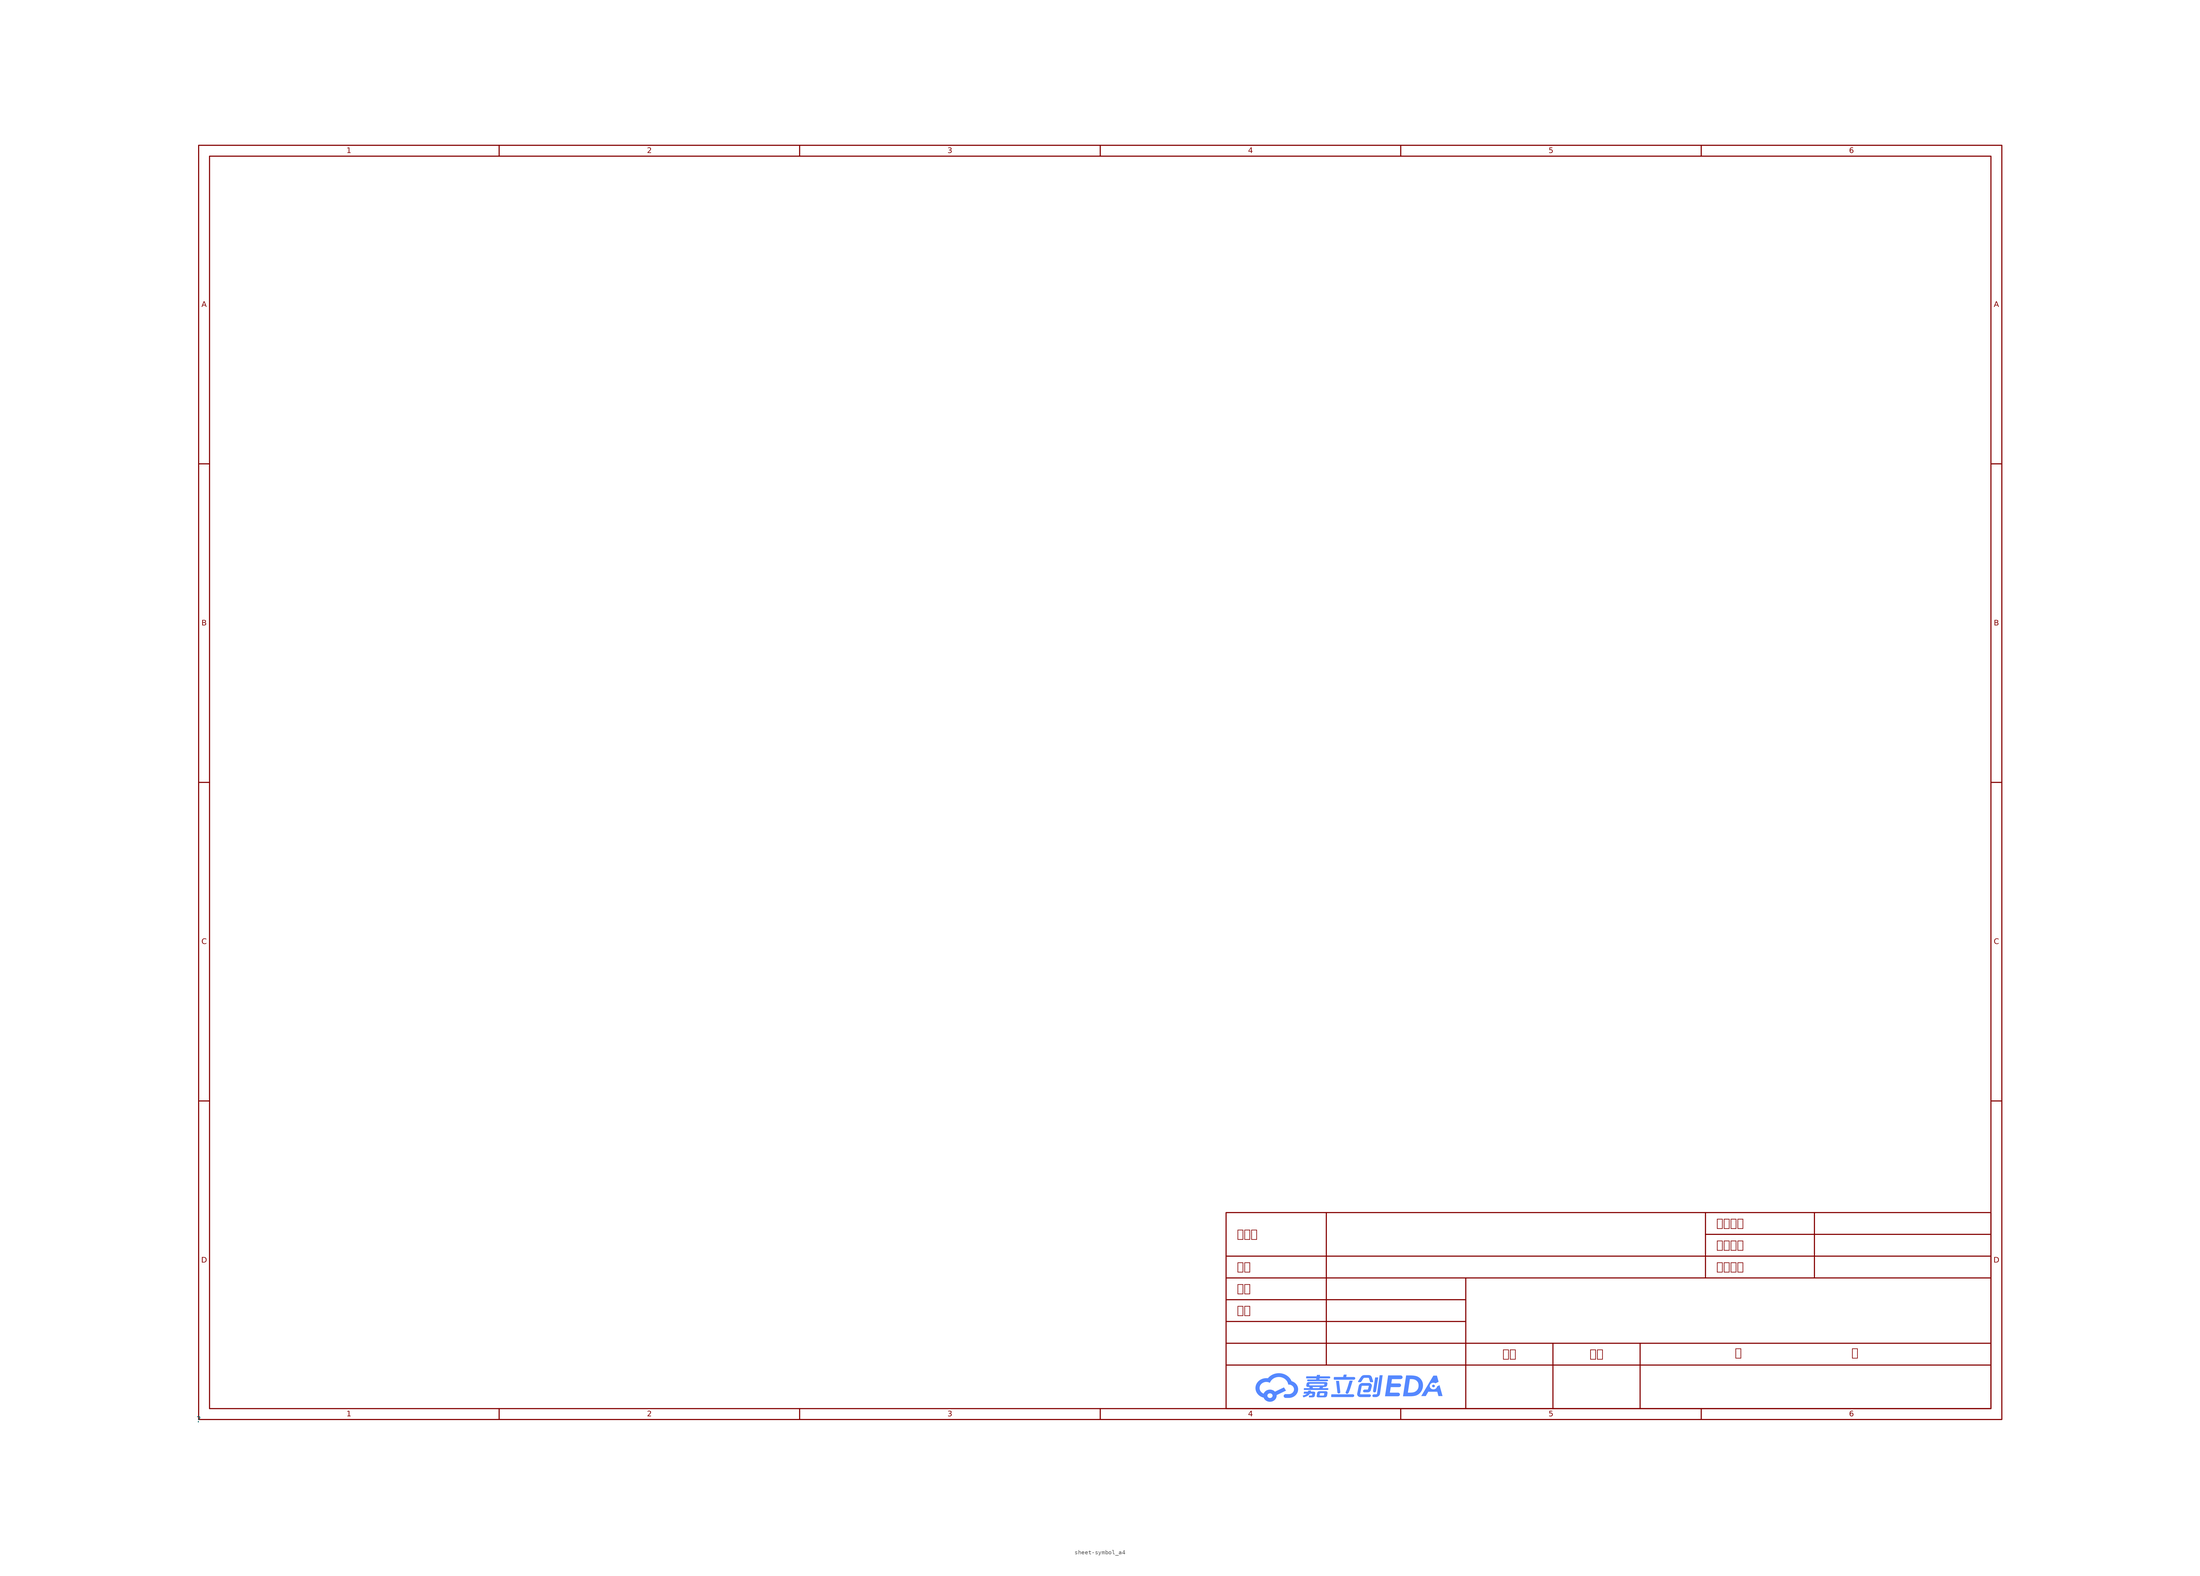
<source format=kicad_sym>
(kicad_symbol_lib
  (version 20241209)
  (generator "kicad_symbol_editor")
  (generator_version "9.0")
  (symbol "sheet-symbol_a4"
    (property "Reference" ""
      (at 0 0 0)
      (effects (font (size 1.27 1.27))))
    (property "Value" ""
      (at 0 0 0)
      (effects (font (size 1.27 1.27))))
    (symbol "sheet-symbol_a4_0_0"
      (polyline (pts (xy 251.975 10.797) (xy 252.121 10.788) (xy 252.266 10.773) (xy 252.41 10.752) (xy 252.552 10.725) (xy 252.691 10.692) (xy 252.83 10.653) (xy 252.965 10.609) (xy 253.099 10.56) (xy 253.23 10.504) (xy 253.358 10.444) (xy 253.483 10.377) (xy 253.605 10.306) (xy 253.724 10.229) (xy 253.839 10.148) (xy 253.951 10.06) (xy 254.021 10.002) (xy 254.089 9.941) (xy 254.155 9.879) (xy 254.218 9.815) (xy 254.279 9.749) (xy 254.338 9.682) (xy 254.395 9.613) (xy 254.449 9.543) (xy 254.501 9.472) (xy 254.55 9.399) (xy 254.597 9.325) (xy 254.642 9.25) (xy 254.684 9.173) (xy 254.724 9.096) (xy 254.761 9.018) (xy 254.795 8.939) (xy 254.959 8.886) (xy 255.117 8.821) (xy 255.267 8.746) (xy 255.411 8.66) (xy 255.546 8.565) (xy 255.672 8.46) (xy 255.789 8.348) (xy 255.896 8.226) (xy 255.992 8.098) (xy 256.077 7.962) (xy 256.151 7.82) (xy 256.211 7.672) (xy 256.259 7.519) (xy 256.278 7.44) (xy 256.293 7.36) (xy 256.304 7.279) (xy 256.312 7.197) (xy 256.317 7.115) (xy 256.317 7.031) (xy 256.314 6.937) (xy 256.307 6.843) (xy 256.295 6.75) (xy 256.279 6.659) (xy 256.257 6.568) (xy 256.231 6.478) (xy 256.201 6.389) (xy 256.166 6.303) (xy 256.127 6.217) (xy 256.083 6.133) (xy 256.035 6.052) (xy 255.983 5.972) (xy 255.927 5.894) (xy 255.866 5.818) (xy 255.802 5.745) (xy 255.733 5.674) (xy 255.662 5.607) (xy 255.587 5.543) (xy 255.51 5.482) (xy 255.43 5.425) (xy 255.347 5.371) (xy 255.262 5.321) (xy 255.175 5.275) (xy 255.085 5.233) (xy 254.994 5.194) (xy 254.9 5.16) (xy 254.805 5.129) (xy 254.708 5.102) (xy 254.61 5.08) (xy 254.51 5.061) (xy 254.409 5.047) (xy 254.307 5.037) (xy 254.266 5.034) (xy 254.224 5.034) (xy 253.389 5.034) (xy 253.389 5.039) (xy 253.365 5.041) (xy 253.342 5.045) (xy 253.32 5.049) (xy 253.297 5.054) (xy 253.275 5.06) (xy 253.254 5.067) (xy 253.233 5.075) (xy 253.213 5.084) (xy 253.193 5.093) (xy 253.173 5.104) (xy 253.154 5.115) (xy 253.136 5.127) (xy 253.119 5.139) (xy 253.102 5.152) (xy 253.085 5.166) (xy 253.07 5.181) (xy 253.055 5.196) (xy 253.041 5.212) (xy 253.028 5.228) (xy 253.015 5.245) (xy 253.004 5.263) (xy 252.993 5.281) (xy 252.983 5.299) (xy 252.974 5.318) (xy 252.966 5.337) (xy 252.959 5.357) (xy 252.953 5.377) (xy 252.948 5.398) (xy 252.945 5.419) (xy 252.942 5.44) (xy 252.94 5.461) (xy 252.94 5.483) (xy 252.94 5.506) (xy 252.942 5.529) (xy 252.945 5.551) (xy 252.95 5.573) (xy 252.955 5.595) (xy 252.962 5.616) (xy 252.97 5.636) (xy 252.978 5.657) (xy 252.988 5.676) (xy 252.999 5.696) (xy 253.011 5.715) (xy 253.024 5.733) (xy 253.038 5.75) (xy 253.052 5.767) (xy 253.068 5.783) (xy 253.084 5.799) (xy 253.101 5.813) (xy 253.119 5.827) (xy 253.138 5.841) (xy 253.157 5.853) (xy 253.177 5.865) (xy 253.197 5.875) (xy 253.219 5.885) (xy 253.24 5.894) (xy 253.263 5.902) (xy 253.285 5.909) (xy 253.309 5.915) (xy 253.332 5.92) (xy 253.356 5.924) (xy 253.381 5.927) (xy 253.405 5.929) (xy 253.43 5.929) (xy 253.443 5.929) (xy 253.456 5.929) (xy 253.468 5.928) (xy 253.48 5.928) (xy 253.492 5.926) (xy 253.504 5.925) (xy 253.516 5.923) (xy 253.528 5.92) (xy 254.231 5.92) (xy 254.29 5.926) (xy 254.347 5.935) (xy 254.404 5.945) (xy 254.46 5.958) (xy 254.514 5.974) (xy 254.568 5.991) (xy 254.62 6.011) (xy 254.671 6.033) (xy 254.721 6.057) (xy 254.769 6.083) (xy 254.816 6.11) (xy 254.862 6.14) (xy 254.906 6.171) (xy 254.948 6.205) (xy 254.988 6.239) (xy 255.027 6.276) (xy 255.064 6.314) (xy 255.099 6.354) (xy 255.132 6.394) (xy 255.163 6.437) (xy 255.192 6.481) (xy 255.219 6.526) (xy 255.243 6.572) (xy 255.265 6.619) (xy 255.285 6.667) (xy 255.303 6.717) (xy 255.317 6.767) (xy 255.33 6.818) (xy 255.339 6.87) (xy 255.346 6.923) (xy 255.351 6.977) (xy 255.352 7.031) (xy 255.351 7.088) (xy 255.346 7.145) (xy 255.338 7.201) (xy 255.327 7.256) (xy 255.314 7.309) (xy 255.297 7.362) (xy 255.278 7.414) (xy 255.256 7.465) (xy 255.232 7.514) (xy 255.205 7.562) (xy 255.175 7.609) (xy 255.143 7.654) (xy 255.109 7.698) (xy 255.073 7.74) (xy 255.034 7.78) (xy 254.994 7.819) (xy 254.951 7.856) (xy 254.907 7.891) (xy 254.861 7.924) (xy 254.812 7.955) (xy 254.763 7.984) (xy 254.712 8.011) (xy 254.659 8.036) (xy 254.604 8.058) (xy 254.549 8.078) (xy 254.492 8.096) (xy 254.433 8.111) (xy 254.374 8.123) (xy 254.314 8.133) (xy 254.252 8.14) (xy 254.19 8.145) (xy 254.126 8.146) (xy 254.096 8.146) (xy 254.081 8.146) (xy 254.066 8.145) (xy 254.051 8.145) (xy 254.036 8.144) (xy 254.021 8.143) (xy 254.007 8.142) (xy 253.993 8.235) (xy 253.974 8.326) (xy 253.952 8.416) (xy 253.924 8.505) (xy 253.892 8.591) (xy 253.857 8.676) (xy 253.817 8.759) (xy 253.773 8.84) (xy 253.725 8.919) (xy 253.673 8.996) (xy 253.618 9.07) (xy 253.56 9.142) (xy 253.498 9.212) (xy 253.432 9.278) (xy 253.364 9.342) (xy 253.292 9.404) (xy 253.218 9.462) (xy 253.14 9.517) (xy 253.06 9.569) (xy 252.977 9.618) (xy 252.892 9.664) (xy 252.804 9.706) (xy 252.714 9.744) (xy 252.622 9.779) (xy 252.528 9.811) (xy 252.432 9.838) (xy 252.334 9.861) (xy 252.235 9.881) (xy 252.133 9.896) (xy 252.031 9.907) (xy 251.927 9.914) (xy 251.821 9.916) (xy 251.73 9.914) (xy 251.641 9.909) (xy 251.552 9.901) (xy 251.464 9.89) (xy 251.378 9.876) (xy 251.292 9.858) (xy 251.208 9.838) (xy 251.126 9.814) (xy 251.044 9.788) (xy 250.965 9.759) (xy 250.887 9.727) (xy 250.81 9.693) (xy 250.735 9.656) (xy 250.662 9.616) (xy 250.591 9.574) (xy 250.522 9.53) (xy 250.454 9.483) (xy 250.389 9.434) (xy 250.326 9.383) (xy 250.265 9.33) (xy 250.207 9.274) (xy 250.15 9.217) (xy 250.097 9.158) (xy 250.045 9.096) (xy 249.997 9.033) (xy 249.951 8.968) (xy 249.907 8.902) (xy 249.866 8.834) (xy 249.829 8.764) (xy 249.794 8.693) (xy 249.762 8.62) (xy 249.733 8.546) (xy 249.687 8.571) (xy 249.641 8.595) (xy 249.593 8.617) (xy 249.544 8.637) (xy 249.495 8.657) (xy 249.445 8.674) (xy 249.394 8.691) (xy 249.342 8.705) (xy 249.289 8.718) (xy 249.236 8.729) (xy 249.182 8.739) (xy 249.127 8.747) (xy 249.072 8.753) (xy 249.016 8.758) (xy 248.96 8.76) (xy 248.903 8.761) (xy 248.822 8.759) (xy 248.743 8.754) (xy 248.665 8.745) (xy 248.587 8.732) (xy 248.512 8.716) (xy 248.437 8.697) (xy 248.365 8.675) (xy 248.294 8.649) (xy 248.224 8.62) (xy 248.157 8.589) (xy 248.091 8.555) (xy 248.028 8.518) (xy 247.966 8.478) (xy 247.907 8.435) (xy 247.85 8.391) (xy 247.796 8.343) (xy 247.744 8.294) (xy 247.695 8.242) (xy 247.649 8.188) (xy 247.605 8.133) (xy 247.564 8.075) (xy 247.526 8.015) (xy 247.492 7.954) (xy 247.461 7.891) (xy 247.433 7.826) (xy 247.408 7.76) (xy 247.387 7.693) (xy 247.369 7.624) (xy 247.356 7.554) (xy 247.346 7.483) (xy 247.34 7.411) (xy 247.338 7.338) (xy 247.339 7.283) (xy 247.342 7.229) (xy 247.347 7.176) (xy 247.355 7.123) (xy 247.365 7.071) (xy 247.377 7.019) (xy 247.391 6.968) (xy 247.406 6.918) (xy 247.424 6.869) (xy 247.444 6.821) (xy 247.465 6.773) (xy 247.489 6.726) (xy 247.514 6.681) (xy 247.541 6.636) (xy 247.569 6.592) (xy 247.6 6.549) (xy 247.631 6.507) (xy 247.665 6.467) (xy 247.7 6.427) (xy 247.736 6.389) (xy 247.774 6.352) (xy 247.813 6.316) (xy 247.854 6.281) (xy 247.896 6.248) (xy 247.939 6.216) (xy 247.984 6.186) (xy 248.03 6.157) (xy 248.077 6.129) (xy 248.125 6.103) (xy 248.174 6.078) (xy 248.224 6.055) (xy 248.275 6.034) (xy 248.32 6.135) (xy 248.373 6.232) (xy 248.434 6.324) (xy 248.502 6.412) (xy 248.576 6.495) (xy 248.658 6.573) (xy 248.745 6.645) (xy 248.839 6.71) (xy 248.937 6.77) (xy 249.041 6.822) (xy 249.149 6.868) (xy 249.262 6.905) (xy 249.379 6.936) (xy 249.499 6.957) (xy 249.622 6.971) (xy 249.748 6.976) (xy 249.835 6.973) (xy 249.92 6.967) (xy 250.005 6.956) (xy 250.088 6.941) (xy 250.169 6.923) (xy 250.248 6.9) (xy 250.326 6.874) (xy 250.402 6.844) (xy 250.475 6.811) (xy 250.547 6.774) (xy 250.615 6.734) (xy 250.682 6.692) (xy 250.746 6.646) (xy 250.807 6.597) (xy 250.865 6.545) (xy 250.92 6.491) (xy 253.015 7.493) (xy 253.494 6.738) (xy 251.303 5.692) (xy 251.305 5.675) (xy 251.307 5.658) (xy 251.308 5.64) (xy 251.309 5.623) (xy 251.31 5.606) (xy 251.31 5.588) (xy 251.311 5.571) (xy 251.311 5.554) (xy 251.309 5.481) (xy 251.303 5.409) (xy 251.293 5.338) (xy 251.279 5.269) (xy 251.261 5.2) (xy 251.24 5.133) (xy 251.216 5.067) (xy 251.188 5.003) (xy 251.156 4.94) (xy 251.122 4.878) (xy 251.084 4.819) (xy 251.044 4.761) (xy 251 4.706) (xy 250.954 4.652) (xy 250.905 4.601) (xy 250.853 4.551) (xy 250.799 4.504) (xy 250.742 4.46) (xy 250.683 4.417) (xy 250.622 4.378) (xy 250.558 4.341) (xy 250.493 4.307) (xy 250.426 4.275) (xy 250.357 4.247) (xy 250.286 4.221) (xy 250.214 4.199) (xy 250.139 4.18) (xy 250.064 4.164) (xy 249.987 4.151) (xy 249.909 4.142) (xy 249.83 4.137) (xy 249.75 4.135) (xy 249.686 4.136) (xy 249.623 4.14) (xy 249.56 4.145) (xy 249.498 4.153) (xy 249.437 4.164) (xy 249.377 4.176) (xy 249.317 4.191) (xy 249.259 4.207) (xy 249.201 4.226) (xy 249.145 4.246) (xy 249.089 4.269) (xy 249.035 4.293) (xy 248.982 4.319) (xy 248.93 4.347) (xy 248.88 4.377) (xy 248.831 4.408) (xy 248.783 4.441) (xy 248.737 4.476) (xy 248.692 4.512) (xy 248.649 4.55) (xy 248.607 4.589) (xy 248.567 4.63) (xy 248.529 4.672) (xy 248.493 4.715) (xy 248.458 4.759) (xy 248.425 4.805) (xy 248.394 4.852) (xy 248.365 4.9) (xy 248.339 4.949) (xy 248.314 5) (xy 248.291 5.051) (xy 248.27 5.103) (xy 248.182 5.126) (xy 248.094 5.151) (xy 248.007 5.18) (xy 247.922 5.211) (xy 247.838 5.245) (xy 247.756 5.281) (xy 247.675 5.32) (xy 247.595 5.362) (xy 247.518 5.407) (xy 247.442 5.454) (xy 247.367 5.504) (xy 247.295 5.556) (xy 247.291 5.559) (xy 249.152 5.559) (xy 249.153 5.53) (xy 249.155 5.502) (xy 249.159 5.475) (xy 249.164 5.448) (xy 249.171 5.421) (xy 249.179 5.395) (xy 249.189 5.369) (xy 249.2 5.344) (xy 249.212 5.32) (xy 249.225 5.296) (xy 249.239 5.274) (xy 249.255 5.251) (xy 249.272 5.23) (xy 249.29 5.209) (xy 249.309 5.189) (xy 249.329 5.17) (xy 249.35 5.152) (xy 249.372 5.135) (xy 249.395 5.119) (xy 249.418 5.103) (xy 249.443 5.089) (xy 249.468 5.076) (xy 249.494 5.064) (xy 249.521 5.053) (xy 249.548 5.043) (xy 249.576 5.035) (xy 249.605 5.027) (xy 249.634 5.021) (xy 249.663 5.016) (xy 249.694 5.013) (xy 249.724 5.011) (xy 249.755 5.01) (xy 249.786 5.011) (xy 249.817 5.013) (xy 249.847 5.016) (xy 249.877 5.021) (xy 249.906 5.027) (xy 249.935 5.035) (xy 249.963 5.043) (xy 249.99 5.053) (xy 250.017 5.064) (xy 250.043 5.076) (xy 250.069 5.09) (xy 250.093 5.104) (xy 250.117 5.119) (xy 250.139 5.136) (xy 250.161 5.153) (xy 250.182 5.171) (xy 250.202 5.19) (xy 250.221 5.21) (xy 250.239 5.231) (xy 250.256 5.252) (xy 250.271 5.274) (xy 250.286 5.297) (xy 250.299 5.321) (xy 250.311 5.345) (xy 250.322 5.37) (xy 250.331 5.396) (xy 250.339 5.422) (xy 250.346 5.448) (xy 250.351 5.475) (xy 250.355 5.503) (xy 250.357 5.53) (xy 250.358 5.559) (xy 250.357 5.587) (xy 250.355 5.615) (xy 250.351 5.642) (xy 250.346 5.67) (xy 250.339 5.696) (xy 250.331 5.722) (xy 250.322 5.748) (xy 250.311 5.773) (xy 250.299 5.797) (xy 250.285 5.821) (xy 250.271 5.844) (xy 250.255 5.866) (xy 250.238 5.887) (xy 250.22 5.908) (xy 250.201 5.928) (xy 250.181 5.947) (xy 250.16 5.965) (xy 250.138 5.982) (xy 250.116 5.998) (xy 250.092 6.014) (xy 250.067 6.028) (xy 250.042 6.041) (xy 250.016 6.053) (xy 249.989 6.064) (xy 249.962 6.074) (xy 249.934 6.083) (xy 249.905 6.09) (xy 249.876 6.096) (xy 249.847 6.101) (xy 249.817 6.104) (xy 249.786 6.106) (xy 249.755 6.107) (xy 249.724 6.106) (xy 249.694 6.104) (xy 249.663 6.101) (xy 249.634 6.096) (xy 249.605 6.09) (xy 249.576 6.082) (xy 249.548 6.074) (xy 249.521 6.064) (xy 249.494 6.053) (xy 249.468 6.041) (xy 249.443 6.027) (xy 249.418 6.013) (xy 249.395 5.998) (xy 249.372 5.981) (xy 249.35 5.964) (xy 249.329 5.946) (xy 249.309 5.927) (xy 249.29 5.907) (xy 249.272 5.886) (xy 249.255 5.865) (xy 249.239 5.843) (xy 249.225 5.82) (xy 249.212 5.796) (xy 249.2 5.772) (xy 249.189 5.747) (xy 249.179 5.721) (xy 249.171 5.695) (xy 249.164 5.669) (xy 249.159 5.642) (xy 249.155 5.614) (xy 249.153 5.587) (xy 249.152 5.559) (xy 247.291 5.559) (xy 247.224 5.611) (xy 247.156 5.668) (xy 247.089 5.727) (xy 247.025 5.79) (xy 246.948 5.871) (xy 246.876 5.955) (xy 246.808 6.042) (xy 246.744 6.131) (xy 246.686 6.222) (xy 246.632 6.316) (xy 246.583 6.411) (xy 246.539 6.508) (xy 246.5 6.608) (xy 246.466 6.708) (xy 246.437 6.811) (xy 246.413 6.914) (xy 246.395 7.018) (xy 246.381 7.124) (xy 246.373 7.23) (xy 246.37 7.338) (xy 246.374 7.452) (xy 246.383 7.566) (xy 246.398 7.679) (xy 246.42 7.791) (xy 246.447 7.901) (xy 246.48 8.009) (xy 246.519 8.116) (xy 246.563 8.22) (xy 246.614 8.323) (xy 246.669 8.423) (xy 246.731 8.521) (xy 246.797 8.616) (xy 246.869 8.708) (xy 246.946 8.798) (xy 247.028 8.884) (xy 247.115 8.968) (xy 247.207 9.047) (xy 247.301 9.123) (xy 247.399 9.193) (xy 247.501 9.258) (xy 247.605 9.319) (xy 247.713 9.374) (xy 247.823 9.425) (xy 247.935 9.47) (xy 248.051 9.511) (xy 248.168 9.546) (xy 248.287 9.576) (xy 248.408 9.601) (xy 248.531 9.62) (xy 248.655 9.634) (xy 248.781 9.642) (xy 248.908 9.645) (xy 248.953 9.645) (xy 248.999 9.644) (xy 249.044 9.642) (xy 249.089 9.64) (xy 249.134 9.637) (xy 249.179 9.633) (xy 249.224 9.628) (xy 249.269 9.623) (xy 249.305 9.667) (xy 249.342 9.71) (xy 249.38 9.752) (xy 249.419 9.794) (xy 249.459 9.836) (xy 249.5 9.876) (xy 249.541 9.916) (xy 249.584 9.955) (xy 249.627 9.994) (xy 249.671 10.031) (xy 249.716 10.069) (xy 249.762 10.105) (xy 249.808 10.14) (xy 249.856 10.175) (xy 249.904 10.209) (xy 249.953 10.243) (xy 250.057 10.309) (xy 250.163 10.371) (xy 250.271 10.429) (xy 250.381 10.483) (xy 250.493 10.533) (xy 250.607 10.579) (xy 250.723 10.621) (xy 250.84 10.658) (xy 250.959 10.691) (xy 251.08 10.72) (xy 251.202 10.744) (xy 251.325 10.764) (xy 251.449 10.78) (xy 251.575 10.791) (xy 251.701 10.798) (xy 251.828 10.8) (xy 251.975 10.797)) (stroke (width -0.0001) (type solid)) (fill (type color) (color 85 136 255 1)))
      (polyline (pts (xy 259.274 6.516) (xy 259.853 6.516) (xy 259.886 6.515) (xy 259.918 6.514) (xy 259.948 6.512) (xy 259.977 6.508) (xy 260.005 6.504) (xy 260.032 6.499) (xy 260.057 6.493) (xy 260.082 6.486) (xy 260.104 6.479) (xy 260.126 6.47) (xy 260.147 6.46) (xy 260.166 6.449) (xy 260.184 6.438) (xy 260.2 6.425) (xy 260.216 6.412) (xy 260.23 6.397) (xy 260.243 6.381) (xy 260.255 6.365) (xy 260.265 6.348) (xy 260.274 6.329) (xy 260.282 6.31) (xy 260.289 6.29) (xy 260.295 6.268) (xy 260.299 6.246) (xy 260.302 6.223) (xy 260.304 6.198) (xy 260.305 6.173) (xy 260.304 6.147) (xy 260.302 6.12) (xy 260.3 6.091) (xy 260.295 6.062) (xy 260.29 6.032) (xy 260.212 5.619) (xy 260.208 5.588) (xy 260.204 5.56) (xy 260.199 5.532) (xy 260.192 5.506) (xy 260.185 5.481) (xy 260.177 5.456) (xy 260.168 5.433) (xy 260.158 5.412) (xy 260.146 5.391) (xy 260.134 5.371) (xy 260.12 5.352) (xy 260.106 5.335) (xy 260.091 5.318) (xy 260.074 5.302) (xy 260.056 5.287) (xy 260.037 5.273) (xy 260.017 5.261) (xy 259.996 5.248) (xy 259.974 5.237) (xy 259.95 5.227) (xy 259.925 5.218) (xy 259.899 5.209) (xy 259.872 5.201) (xy 259.844 5.194) (xy 259.814 5.188) (xy 259.783 5.182) (xy 259.717 5.173) (xy 259.646 5.167) (xy 259.57 5.163) (xy 258.837 5.163) (xy 258.837 5.59) (xy 259.291 5.59) (xy 259.325 5.59) (xy 259.357 5.592) (xy 259.386 5.596) (xy 259.413 5.6) (xy 259.437 5.606) (xy 259.46 5.612) (xy 259.48 5.62) (xy 259.499 5.629) (xy 259.515 5.639) (xy 259.531 5.65) (xy 259.544 5.661) (xy 259.556 5.674) (xy 259.566 5.687) (xy 259.575 5.701) (xy 259.583 5.716) (xy 259.589 5.732) (xy 259.621 5.861) (xy 259.623 5.871) (xy 259.625 5.881) (xy 259.627 5.891) (xy 259.628 5.9) (xy 259.628 5.91) (xy 259.627 5.918) (xy 259.626 5.927) (xy 259.624 5.935) (xy 259.622 5.943) (xy 259.618 5.95) (xy 259.615 5.958) (xy 259.61 5.965) (xy 259.605 5.971) (xy 259.599 5.977) (xy 259.593 5.983) (xy 259.586 5.989) (xy 259.578 5.994) (xy 259.57 5.999) (xy 259.561 6.003) (xy 259.552 6.007) (xy 259.541 6.011) (xy 259.531 6.015) (xy 259.519 6.018) (xy 259.507 6.021) (xy 259.494 6.023) (xy 259.481 6.026) (xy 259.466 6.027) (xy 259.452 6.029) (xy 259.436 6.03) (xy 259.42 6.031) (xy 259.404 6.031) (xy 259.386 6.032) (xy 259.074 6.032) (xy 259.016 5.954) (xy 258.955 5.88) (xy 258.889 5.81) (xy 258.819 5.744) (xy 258.745 5.681) (xy 258.665 5.621) (xy 258.581 5.565) (xy 258.491 5.511) (xy 258.396 5.459) (xy 258.296 5.41) (xy 258.189 5.363) (xy 258.076 5.318) (xy 257.957 5.274) (xy 257.83 5.231) (xy 257.697 5.19) (xy 257.557 5.15) (xy 257.369 5.576) (xy 257.544 5.627) (xy 257.695 5.673) (xy 257.763 5.696) (xy 257.827 5.718) (xy 257.887 5.741) (xy 257.944 5.765) (xy 257.999 5.789) (xy 258.051 5.815) (xy 258.102 5.843) (xy 258.153 5.873) (xy 258.203 5.905) (xy 258.253 5.939) (xy 258.304 5.977) (xy 258.356 6.018) (xy 257.606 6.018) (xy 257.684 6.502) (xy 258.607 6.502) (xy 258.608 6.505) (xy 258.608 6.51) (xy 258.609 6.514) (xy 258.61 6.52) (xy 258.614 6.535) (xy 258.619 6.552) (xy 258.622 6.562) (xy 258.625 6.572) (xy 258.629 6.583) (xy 258.633 6.594) (xy 258.638 6.606) (xy 258.643 6.619) (xy 258.648 6.631) (xy 258.654 6.645) (xy 258.655 6.65) (xy 258.657 6.655) (xy 258.659 6.66) (xy 258.661 6.665) (xy 258.664 6.67) (xy 258.667 6.675) (xy 258.67 6.68) (xy 258.673 6.685) (xy 258.677 6.689) (xy 258.68 6.693) (xy 258.684 6.697) (xy 258.688 6.702) (xy 258.693 6.705) (xy 258.697 6.709) (xy 258.702 6.713) (xy 258.706 6.716) (xy 258.711 6.72) (xy 258.716 6.723) (xy 258.721 6.725) (xy 258.727 6.728) (xy 258.732 6.731) (xy 258.737 6.733) (xy 258.743 6.735) (xy 258.749 6.737) (xy 258.754 6.739) (xy 258.76 6.74) (xy 258.766 6.742) (xy 258.772 6.743) (xy 258.778 6.743) (xy 258.784 6.744) (xy 258.789 6.744) (xy 258.796 6.745) (xy 259.342 6.745) (xy 259.274 6.516)) (stroke (width -0.0001) (type solid)) (fill (type color) (color 85 136 255 1)))
      (polyline (pts (xy 261.386 10.069) (xy 263.545 10.069) (xy 263.56 10.069) (xy 263.574 10.068) (xy 263.588 10.066) (xy 263.602 10.063) (xy 263.616 10.06) (xy 263.629 10.056) (xy 263.642 10.052) (xy 263.655 10.047) (xy 263.667 10.041) (xy 263.679 10.035) (xy 263.691 10.028) (xy 263.702 10.02) (xy 263.713 10.012) (xy 263.723 10.004) (xy 263.733 9.995) (xy 263.742 9.986) (xy 263.751 9.976) (xy 263.76 9.965) (xy 263.767 9.954) (xy 263.775 9.943) (xy 263.781 9.932) (xy 263.788 9.92) (xy 263.793 9.908) (xy 263.798 9.895) (xy 263.802 9.882) (xy 263.806 9.869) (xy 263.808 9.856) (xy 263.81 9.842) (xy 263.812 9.828) (xy 263.812 9.814) (xy 263.812 9.8) (xy 263.811 9.785) (xy 263.81 9.774) (xy 263.808 9.764) (xy 263.805 9.754) (xy 263.801 9.744) (xy 263.798 9.734) (xy 263.793 9.725) (xy 263.789 9.715) (xy 263.784 9.706) (xy 263.778 9.697) (xy 263.772 9.688) (xy 263.765 9.68) (xy 263.758 9.672) (xy 263.751 9.664) (xy 263.743 9.657) (xy 263.735 9.649) (xy 263.726 9.643) (xy 263.717 9.636) (xy 263.707 9.63) (xy 263.698 9.624) (xy 263.688 9.618) (xy 263.677 9.613) (xy 263.667 9.609) (xy 263.656 9.604) (xy 263.644 9.601) (xy 263.633 9.597) (xy 263.621 9.594) (xy 263.609 9.591) (xy 263.597 9.589) (xy 263.584 9.587) (xy 263.571 9.586) (xy 263.558 9.585) (xy 263.545 9.585) (xy 261.323 9.585) (xy 261.276 9.343) (xy 263.076 9.343) (xy 263.089 9.343) (xy 263.102 9.342) (xy 263.115 9.34) (xy 263.128 9.338) (xy 263.14 9.335) (xy 263.152 9.332) (xy 263.163 9.328) (xy 263.175 9.323) (xy 263.185 9.318) (xy 263.196 9.313) (xy 263.206 9.307) (xy 263.216 9.3) (xy 263.225 9.294) (xy 263.234 9.286) (xy 263.242 9.278) (xy 263.25 9.27) (xy 263.258 9.262) (xy 263.265 9.253) (xy 263.271 9.244) (xy 263.277 9.234) (xy 263.282 9.224) (xy 263.287 9.214) (xy 263.291 9.204) (xy 263.294 9.193) (xy 263.297 9.182) (xy 263.299 9.171) (xy 263.3 9.16) (xy 263.301 9.148) (xy 263.301 9.137) (xy 263.3 9.125) (xy 263.298 9.113) (xy 263.296 9.101) (xy 263.295 9.092) (xy 263.292 9.083) (xy 263.29 9.074) (xy 263.287 9.065) (xy 263.284 9.056) (xy 263.28 9.048) (xy 263.276 9.04) (xy 263.271 9.032) (xy 263.266 9.024) (xy 263.261 9.017) (xy 263.255 9.01) (xy 263.249 9.003) (xy 263.243 8.996) (xy 263.236 8.99) (xy 263.229 8.984) (xy 263.222 8.978) (xy 263.214 8.973) (xy 263.207 8.967) (xy 263.199 8.962) (xy 263.19 8.958) (xy 263.182 8.954) (xy 263.173 8.95) (xy 263.164 8.946) (xy 263.155 8.943) (xy 263.146 8.94) (xy 263.136 8.937) (xy 263.127 8.935) (xy 263.117 8.933) (xy 263.107 8.932) (xy 263.097 8.931) (xy 263.087 8.93) (xy 263.076 8.93) (xy 258.571 8.93) (xy 258.562 8.93) (xy 258.554 8.931) (xy 258.546 8.932) (xy 258.538 8.933) (xy 258.53 8.935) (xy 258.522 8.937) (xy 258.515 8.94) (xy 258.507 8.942) (xy 258.5 8.946) (xy 258.494 8.949) (xy 258.488 8.953) (xy 258.481 8.957) (xy 258.476 8.961) (xy 258.47 8.966) (xy 258.465 8.971) (xy 258.46 8.976) (xy 258.455 8.982) (xy 258.451 8.987) (xy 258.447 8.993) (xy 258.443 8.999) (xy 258.44 9.005) (xy 258.437 9.012) (xy 258.434 9.019) (xy 258.432 9.025) (xy 258.43 9.033) (xy 258.429 9.04) (xy 258.428 9.047) (xy 258.427 9.055) (xy 258.427 9.062) (xy 258.427 9.07) (xy 258.428 9.078) (xy 258.429 9.085) (xy 258.476 9.341) (xy 260.51 9.341) (xy 260.556 9.583) (xy 258.319 9.583) (xy 258.311 9.584) (xy 258.302 9.585) (xy 258.294 9.586) (xy 258.285 9.588) (xy 258.277 9.591) (xy 258.269 9.594) (xy 258.261 9.597) (xy 258.254 9.6) (xy 258.246 9.604) (xy 258.239 9.608) (xy 258.232 9.613) (xy 258.225 9.617) (xy 258.219 9.623) (xy 258.213 9.628) (xy 258.207 9.633) (xy 258.201 9.639) (xy 258.196 9.645) (xy 258.191 9.651) (xy 258.186 9.657) (xy 258.182 9.664) (xy 258.178 9.67) (xy 258.175 9.677) (xy 258.172 9.684) (xy 258.169 9.69) (xy 258.167 9.697) (xy 258.165 9.704) (xy 258.164 9.711) (xy 258.163 9.718) (xy 258.163 9.725) (xy 258.163 9.732) (xy 258.164 9.738) (xy 258.165 9.745) (xy 258.229 10.072) (xy 260.637 10.072) (xy 260.668 10.298) (xy 260.67 10.305) (xy 260.672 10.311) (xy 260.674 10.317) (xy 260.676 10.323) (xy 260.679 10.329) (xy 260.682 10.335) (xy 260.685 10.341) (xy 260.688 10.346) (xy 260.691 10.351) (xy 260.695 10.356) (xy 260.699 10.361) (xy 260.703 10.365) (xy 260.707 10.37) (xy 260.712 10.374) (xy 260.716 10.378) (xy 260.721 10.381) (xy 260.726 10.385) (xy 260.731 10.388) (xy 260.736 10.391) (xy 260.741 10.394) (xy 260.747 10.397) (xy 260.752 10.399) (xy 260.758 10.402) (xy 260.763 10.404) (xy 260.769 10.405) (xy 260.775 10.407) (xy 260.781 10.408) (xy 260.786 10.409) (xy 260.792 10.41) (xy 260.798 10.411) (xy 260.804 10.411) (xy 260.81 10.411) (xy 261.45 10.411) (xy 261.386 10.069)) (stroke (width -0.0001) (type solid)) (fill (type color) (color 85 136 255 1)))
      (polyline (pts (xy 262.719 8.736) (xy 262.751 8.735) (xy 262.781 8.733) (xy 262.811 8.73) (xy 262.839 8.726) (xy 262.866 8.722) (xy 262.891 8.716) (xy 262.916 8.71) (xy 262.939 8.703) (xy 262.96 8.695) (xy 262.981 8.686) (xy 263 8.677) (xy 263.019 8.666) (xy 263.035 8.655) (xy 263.051 8.643) (xy 263.066 8.63) (xy 263.079 8.616) (xy 263.091 8.602) (xy 263.102 8.586) (xy 263.112 8.57) (xy 263.12 8.553) (xy 263.128 8.535) (xy 263.134 8.517) (xy 263.139 8.497) (xy 263.143 8.476) (xy 263.146 8.455) (xy 263.148 8.433) (xy 263.148 8.41) (xy 263.148 8.386) (xy 263.146 8.362) (xy 263.144 8.337) (xy 263.14 8.31) (xy 263.093 8.039) (xy 263.082 7.985) (xy 263.075 7.959) (xy 263.067 7.934) (xy 263.058 7.909) (xy 263.048 7.886) (xy 263.036 7.863) (xy 263.024 7.842) (xy 263.01 7.821) (xy 262.995 7.801) (xy 262.979 7.782) (xy 262.963 7.763) (xy 262.945 7.746) (xy 262.926 7.73) (xy 262.906 7.714) (xy 262.885 7.699) (xy 262.862 7.685) (xy 262.839 7.672) (xy 262.815 7.66) (xy 262.79 7.649) (xy 262.763 7.639) (xy 262.736 7.629) (xy 262.678 7.613) (xy 262.616 7.6) (xy 262.55 7.591) (xy 262.479 7.586) (xy 262.405 7.584) (xy 262.17 7.584) (xy 262.167 7.573) (xy 262.163 7.562) (xy 262.158 7.551) (xy 262.152 7.54) (xy 262.147 7.529) (xy 262.14 7.518) (xy 262.126 7.494) (xy 262.095 7.443) (xy 262.078 7.415) (xy 262.06 7.384) (xy 262.057 7.379) (xy 262.053 7.373) (xy 262.05 7.368) (xy 262.045 7.363) (xy 262.041 7.358) (xy 262.037 7.353) (xy 262.032 7.348) (xy 262.028 7.343) (xy 262.023 7.338) (xy 262.019 7.334) (xy 262.011 7.326) (xy 262.003 7.319) (xy 261.997 7.313) (xy 263.154 7.313) (xy 263.168 7.313) (xy 263.181 7.312) (xy 263.194 7.31) (xy 263.206 7.307) (xy 263.219 7.304) (xy 263.231 7.301) (xy 263.243 7.296) (xy 263.255 7.291) (xy 263.267 7.286) (xy 263.277 7.28) (xy 263.288 7.273) (xy 263.298 7.266) (xy 263.308 7.259) (xy 263.318 7.251) (xy 263.327 7.243) (xy 263.335 7.234) (xy 263.343 7.226) (xy 263.35 7.216) (xy 263.356 7.207) (xy 263.362 7.197) (xy 263.368 7.188) (xy 263.372 7.177) (xy 263.376 7.167) (xy 263.379 7.157) (xy 263.382 7.146) (xy 263.383 7.135) (xy 263.384 7.125) (xy 263.384 7.114) (xy 263.383 7.103) (xy 263.381 7.092) (xy 263.378 7.082) (xy 263.374 7.071) (xy 263.373 7.061) (xy 263.37 7.05) (xy 263.368 7.04) (xy 263.364 7.031) (xy 263.361 7.021) (xy 263.357 7.012) (xy 263.352 7.003) (xy 263.347 6.994) (xy 263.341 6.986) (xy 263.336 6.978) (xy 263.329 6.97) (xy 263.323 6.963) (xy 263.316 6.956) (xy 263.308 6.949) (xy 263.301 6.942) (xy 263.293 6.936) (xy 263.284 6.931) (xy 263.276 6.925) (xy 263.267 6.92) (xy 263.258 6.915) (xy 263.24 6.907) (xy 263.221 6.899) (xy 263.201 6.894) (xy 263.181 6.89) (xy 263.171 6.888) (xy 263.16 6.888) (xy 263.15 6.887) (xy 263.14 6.887) (xy 257.775 6.887) (xy 257.767 6.887) (xy 257.76 6.888) (xy 257.753 6.888) (xy 257.746 6.89) (xy 257.738 6.892) (xy 257.731 6.894) (xy 257.724 6.896) (xy 257.717 6.899) (xy 257.711 6.902) (xy 257.704 6.906) (xy 257.698 6.91) (xy 257.692 6.914) (xy 257.686 6.918) (xy 257.68 6.923) (xy 257.674 6.928) (xy 257.669 6.933) (xy 257.664 6.938) (xy 257.659 6.944) (xy 257.655 6.95) (xy 257.651 6.956) (xy 257.647 6.962) (xy 257.644 6.969) (xy 257.641 6.975) (xy 257.638 6.982) (xy 257.636 6.989) (xy 257.634 6.997) (xy 257.633 7.004) (xy 257.632 7.011) (xy 257.631 7.019) (xy 257.631 7.027) (xy 257.632 7.034) (xy 257.633 7.042) (xy 257.68 7.313) (xy 259.008 7.313) (xy 259.005 7.316) (xy 259.002 7.319) (xy 258.999 7.322) (xy 258.997 7.326) (xy 258.994 7.33) (xy 258.991 7.334) (xy 258.985 7.343) (xy 258.979 7.353) (xy 258.973 7.363) (xy 258.967 7.373) (xy 258.962 7.384) (xy 258.938 7.474) (xy 258.932 7.499) (xy 258.926 7.525) (xy 258.921 7.554) (xy 258.915 7.584) (xy 259.697 7.584) (xy 259.72 7.494) (xy 259.726 7.469) (xy 259.732 7.443) (xy 259.737 7.415) (xy 259.743 7.384) (xy 259.749 7.373) (xy 259.754 7.363) (xy 259.76 7.353) (xy 259.766 7.343) (xy 259.769 7.338) (xy 259.772 7.334) (xy 259.775 7.33) (xy 259.778 7.326) (xy 259.781 7.322) (xy 259.784 7.319) (xy 259.787 7.316) (xy 259.789 7.313) (xy 261.213 7.313) (xy 261.22 7.319) (xy 261.228 7.326) (xy 261.237 7.334) (xy 261.241 7.338) (xy 261.246 7.343) (xy 261.25 7.348) (xy 261.255 7.353) (xy 261.259 7.358) (xy 261.263 7.363) (xy 261.267 7.368) (xy 261.27 7.373) (xy 261.274 7.379) (xy 261.276 7.384) (xy 261.288 7.401) (xy 261.301 7.419) (xy 261.313 7.439) (xy 261.326 7.462) (xy 261.34 7.487) (xy 261.354 7.516) (xy 261.37 7.548) (xy 261.386 7.584) (xy 259.697 7.584) (xy 258.915 7.584) (xy 258.681 7.584) (xy 258.647 7.585) (xy 258.615 7.586) (xy 258.585 7.588) (xy 258.555 7.591) (xy 258.527 7.595) (xy 258.501 7.599) (xy 258.475 7.604) (xy 258.451 7.611) (xy 258.428 7.618) (xy 258.406 7.626) (xy 258.385 7.634) (xy 258.366 7.644) (xy 258.348 7.654) (xy 258.331 7.666) (xy 258.315 7.678) (xy 258.301 7.691) (xy 258.287 7.704) (xy 258.275 7.719) (xy 258.264 7.734) (xy 258.255 7.751) (xy 258.246 7.768) (xy 258.238 7.786) (xy 258.232 7.804) (xy 258.227 7.824) (xy 258.223 7.844) (xy 258.22 7.866) (xy 258.219 7.888) (xy 258.218 7.91) (xy 258.218 7.934) (xy 258.22 7.959) (xy 258.223 7.984) (xy 258.226 8.011) (xy 258.239 8.083) (xy 258.913 8.083) (xy 258.913 8.074) (xy 258.913 8.065) (xy 258.914 8.056) (xy 258.915 8.048) (xy 258.917 8.04) (xy 258.919 8.033) (xy 258.921 8.026) (xy 258.924 8.019) (xy 258.926 8.012) (xy 258.93 8.006) (xy 258.933 8) (xy 258.937 7.995) (xy 258.941 7.99) (xy 258.946 7.985) (xy 258.95 7.981) (xy 258.956 7.976) (xy 258.961 7.973) (xy 258.967 7.969) (xy 258.973 7.966) (xy 258.979 7.963) (xy 258.986 7.961) (xy 258.992 7.959) (xy 259 7.957) (xy 259.007 7.955) (xy 259.015 7.954) (xy 259.023 7.953) (xy 259.031 7.953) (xy 259.04 7.953) (xy 262.231 7.953) (xy 262.241 7.953) (xy 262.251 7.953) (xy 262.261 7.954) (xy 262.27 7.955) (xy 262.279 7.957) (xy 262.288 7.959) (xy 262.297 7.961) (xy 262.305 7.963) (xy 262.313 7.966) (xy 262.321 7.97) (xy 262.328 7.973) (xy 262.335 7.977) (xy 262.342 7.981) (xy 262.349 7.986) (xy 262.355 7.991) (xy 262.361 7.996) (xy 262.367 8.001) (xy 262.372 8.007) (xy 262.377 8.013) (xy 262.382 8.02) (xy 262.387 8.027) (xy 262.391 8.034) (xy 262.396 8.041) (xy 262.399 8.049) (xy 262.403 8.057) (xy 262.406 8.066) (xy 262.412 8.084) (xy 262.416 8.103) (xy 262.419 8.124) (xy 262.434 8.224) (xy 262.435 8.23) (xy 262.436 8.237) (xy 262.437 8.243) (xy 262.437 8.249) (xy 262.436 8.255) (xy 262.436 8.261) (xy 262.435 8.266) (xy 262.433 8.271) (xy 262.432 8.277) (xy 262.43 8.281) (xy 262.427 8.286) (xy 262.425 8.291) (xy 262.421 8.295) (xy 262.418 8.299) (xy 262.414 8.303) (xy 262.41 8.307) (xy 262.405 8.31) (xy 262.4 8.314) (xy 262.395 8.317) (xy 262.389 8.32) (xy 262.383 8.323) (xy 262.377 8.325) (xy 262.37 8.327) (xy 262.363 8.329) (xy 262.355 8.331) (xy 262.348 8.333) (xy 262.339 8.334) (xy 262.331 8.335) (xy 262.312 8.336) (xy 262.292 8.337) (xy 259.101 8.337) (xy 259.084 8.337) (xy 259.067 8.336) (xy 259.052 8.334) (xy 259.044 8.333) (xy 259.037 8.331) (xy 259.03 8.329) (xy 259.023 8.328) (xy 259.016 8.326) (xy 259.01 8.323) (xy 259.003 8.321) (xy 258.997 8.318) (xy 258.991 8.315) (xy 258.986 8.312) (xy 258.981 8.309) (xy 258.975 8.305) (xy 258.971 8.301) (xy 258.966 8.297) (xy 258.961 8.292) (xy 258.957 8.287) (xy 258.953 8.282) (xy 258.95 8.277) (xy 258.946 8.271) (xy 258.943 8.265) (xy 258.94 8.259) (xy 258.938 8.253) (xy 258.935 8.246) (xy 258.933 8.239) (xy 258.931 8.232) (xy 258.93 8.224) (xy 258.915 8.124) (xy 258.914 8.113) (xy 258.913 8.103) (xy 258.913 8.093) (xy 258.913 8.083) (xy 258.239 8.083) (xy 258.273 8.281) (xy 258.286 8.336) (xy 258.303 8.387) (xy 258.312 8.411) (xy 258.322 8.435) (xy 258.332 8.457) (xy 258.344 8.479) (xy 258.356 8.5) (xy 258.369 8.52) (xy 258.382 8.539) (xy 258.397 8.557) (xy 258.412 8.575) (xy 258.428 8.591) (xy 258.444 8.607) (xy 258.462 8.621) (xy 258.479 8.635) (xy 258.498 8.648) (xy 258.518 8.661) (xy 258.538 8.672) (xy 258.559 8.682) (xy 258.58 8.691) (xy 258.603 8.7) (xy 258.626 8.708) (xy 258.65 8.715) (xy 258.674 8.72) (xy 258.7 8.725) (xy 258.726 8.729) (xy 258.752 8.733) (xy 258.78 8.735) (xy 258.808 8.736) (xy 258.837 8.737) (xy 262.686 8.737) (xy 262.719 8.736)) (stroke (width -0.0001) (type solid)) (fill (type color) (color 85 136 255 1)))
      (polyline (pts (xy 262.762 6.6) (xy 262.792 6.598) (xy 262.82 6.596) (xy 262.847 6.593) (xy 262.873 6.589) (xy 262.897 6.584) (xy 262.921 6.578) (xy 262.944 6.571) (xy 262.965 6.563) (xy 262.986 6.554) (xy 263.005 6.545) (xy 263.024 6.535) (xy 263.041 6.523) (xy 263.057 6.511) (xy 263.072 6.497) (xy 263.086 6.483) (xy 263.099 6.468) (xy 263.111 6.452) (xy 263.122 6.435) (xy 263.132 6.417) (xy 263.14 6.399) (xy 263.148 6.379) (xy 263.155 6.358) (xy 263.161 6.337) (xy 263.165 6.314) (xy 263.169 6.291) (xy 263.171 6.267) (xy 263.173 6.242) (xy 263.173 6.188) (xy 263.169 6.131) (xy 263.076 5.619) (xy 263.063 5.562) (xy 263.046 5.51) (xy 263.027 5.461) (xy 263.016 5.439) (xy 263.004 5.417) (xy 262.991 5.396) (xy 262.978 5.377) (xy 262.964 5.358) (xy 262.948 5.34) (xy 262.932 5.324) (xy 262.915 5.308) (xy 262.897 5.293) (xy 262.878 5.278) (xy 262.858 5.265) (xy 262.837 5.253) (xy 262.815 5.241) (xy 262.792 5.231) (xy 262.768 5.221) (xy 262.743 5.212) (xy 262.69 5.196) (xy 262.633 5.183) (xy 262.571 5.174) (xy 262.505 5.167) (xy 262.434 5.163) (xy 261.106 5.163) (xy 261.035 5.165) (xy 261.002 5.167) (xy 260.971 5.169) (xy 260.941 5.173) (xy 260.912 5.177) (xy 260.885 5.182) (xy 260.859 5.188) (xy 260.834 5.194) (xy 260.811 5.202) (xy 260.79 5.21) (xy 260.77 5.219) (xy 260.751 5.229) (xy 260.733 5.24) (xy 260.717 5.251) (xy 260.703 5.264) (xy 260.689 5.277) (xy 260.678 5.292) (xy 260.667 5.307) (xy 260.658 5.323) (xy 260.65 5.34) (xy 260.643 5.358) (xy 260.638 5.377) (xy 260.634 5.396) (xy 260.632 5.417) (xy 260.631 5.439) (xy 260.631 5.462) (xy 260.632 5.485) (xy 260.635 5.51) (xy 260.639 5.535) (xy 260.645 5.562) (xy 260.651 5.59) (xy 260.668 5.689) (xy 261.327 5.689) (xy 261.327 5.681) (xy 261.328 5.673) (xy 261.33 5.665) (xy 261.332 5.657) (xy 261.335 5.65) (xy 261.339 5.643) (xy 261.343 5.637) (xy 261.348 5.631) (xy 261.354 5.625) (xy 261.36 5.619) (xy 261.367 5.614) (xy 261.374 5.609) (xy 261.382 5.605) (xy 261.391 5.601) (xy 261.401 5.597) (xy 261.411 5.593) (xy 261.421 5.59) (xy 261.432 5.587) (xy 261.457 5.582) (xy 261.483 5.579) (xy 261.512 5.577) (xy 261.543 5.576) (xy 262.153 5.576) (xy 262.165 5.577) (xy 262.176 5.577) (xy 262.188 5.578) (xy 262.199 5.58) (xy 262.209 5.581) (xy 262.219 5.584) (xy 262.229 5.586) (xy 262.239 5.589) (xy 262.248 5.593) (xy 262.257 5.597) (xy 262.266 5.601) (xy 262.275 5.606) (xy 262.283 5.611) (xy 262.291 5.616) (xy 262.298 5.622) (xy 262.305 5.628) (xy 262.312 5.635) (xy 262.318 5.641) (xy 262.325 5.649) (xy 262.33 5.656) (xy 262.336 5.664) (xy 262.341 5.673) (xy 262.346 5.681) (xy 262.35 5.691) (xy 262.354 5.7) (xy 262.358 5.71) (xy 262.361 5.72) (xy 262.365 5.731) (xy 262.37 5.753) (xy 262.373 5.776) (xy 262.405 5.976) (xy 262.407 5.987) (xy 262.409 5.997) (xy 262.411 6.006) (xy 262.412 6.016) (xy 262.412 6.025) (xy 262.412 6.034) (xy 262.411 6.042) (xy 262.41 6.05) (xy 262.409 6.058) (xy 262.407 6.066) (xy 262.405 6.073) (xy 262.402 6.079) (xy 262.399 6.086) (xy 262.395 6.092) (xy 262.391 6.098) (xy 262.386 6.103) (xy 262.381 6.108) (xy 262.376 6.113) (xy 262.37 6.118) (xy 262.364 6.122) (xy 262.357 6.126) (xy 262.351 6.129) (xy 262.343 6.133) (xy 262.336 6.135) (xy 262.328 6.138) (xy 262.32 6.14) (xy 262.311 6.142) (xy 262.302 6.144) (xy 262.293 6.145) (xy 262.283 6.146) (xy 262.273 6.147) (xy 262.263 6.147) (xy 261.621 6.147) (xy 261.608 6.147) (xy 261.595 6.146) (xy 261.583 6.145) (xy 261.571 6.144) (xy 261.559 6.142) (xy 261.547 6.14) (xy 261.536 6.137) (xy 261.525 6.134) (xy 261.515 6.13) (xy 261.504 6.127) (xy 261.494 6.122) (xy 261.485 6.118) (xy 261.475 6.113) (xy 261.466 6.107) (xy 261.458 6.102) (xy 261.45 6.095) (xy 261.442 6.089) (xy 261.434 6.082) (xy 261.427 6.075) (xy 261.42 6.067) (xy 261.414 6.059) (xy 261.408 6.051) (xy 261.402 6.042) (xy 261.397 6.033) (xy 261.393 6.023) (xy 261.388 6.013) (xy 261.384 6.003) (xy 261.381 5.993) (xy 261.378 5.982) (xy 261.375 5.971) (xy 261.373 5.959) (xy 261.372 5.947) (xy 261.34 5.747) (xy 261.336 5.737) (xy 261.333 5.727) (xy 261.33 5.717) (xy 261.328 5.707) (xy 261.327 5.698) (xy 261.327 5.689) (xy 260.668 5.689) (xy 260.744 6.145) (xy 260.755 6.199) (xy 260.761 6.225) (xy 260.769 6.25) (xy 260.777 6.275) (xy 260.787 6.298) (xy 260.797 6.321) (xy 260.809 6.343) (xy 260.821 6.363) (xy 260.834 6.383) (xy 260.848 6.402) (xy 260.863 6.421) (xy 260.879 6.438) (xy 260.896 6.455) (xy 260.914 6.47) (xy 260.932 6.485) (xy 260.952 6.499) (xy 260.972 6.512) (xy 260.994 6.524) (xy 261.016 6.535) (xy 261.039 6.545) (xy 261.063 6.555) (xy 261.088 6.564) (xy 261.114 6.571) (xy 261.141 6.578) (xy 261.169 6.584) (xy 261.198 6.589) (xy 261.227 6.593) (xy 261.289 6.598) (xy 261.355 6.6) (xy 262.732 6.6) (xy 262.762 6.6)) (stroke (width -0.0001) (type solid)) (fill (type color) (color 85 136 255 1)))
      (polyline (pts (xy 266.148 6.42) (xy 266.149 6.406) (xy 266.15 6.391) (xy 266.15 6.377) (xy 266.149 6.363) (xy 266.147 6.348) (xy 266.144 6.335) (xy 266.141 6.321) (xy 266.137 6.307) (xy 266.133 6.294) (xy 266.127 6.28) (xy 266.122 6.268) (xy 266.115 6.255) (xy 266.108 6.242) (xy 266.1 6.23) (xy 266.092 6.218) (xy 266.083 6.207) (xy 266.074 6.196) (xy 266.064 6.185) (xy 266.053 6.174) (xy 266.042 6.164) (xy 266.031 6.154) (xy 266.019 6.145) (xy 266.006 6.136) (xy 265.993 6.128) (xy 265.98 6.12) (xy 265.966 6.112) (xy 265.952 6.105) (xy 265.937 6.099) (xy 265.922 6.093) (xy 265.907 6.087) (xy 265.891 6.082) (xy 265.875 6.078) (xy 265.868 6.076) (xy 265.858 6.074) (xy 265.849 6.073) (xy 265.84 6.072) (xy 265.831 6.071) (xy 265.822 6.07) (xy 265.813 6.07) (xy 265.803 6.069) (xy 265.794 6.069) (xy 265.779 6.07) (xy 265.764 6.071) (xy 265.749 6.072) (xy 265.735 6.074) (xy 265.72 6.076) (xy 265.706 6.079) (xy 265.692 6.083) (xy 265.679 6.087) (xy 265.665 6.091) (xy 265.652 6.096) (xy 265.64 6.102) (xy 265.628 6.108) (xy 265.616 6.114) (xy 265.604 6.121) (xy 265.593 6.128) (xy 265.582 6.136) (xy 265.572 6.144) (xy 265.562 6.153) (xy 265.552 6.162) (xy 265.543 6.171) (xy 265.534 6.181) (xy 265.526 6.191) (xy 265.519 6.202) (xy 265.512 6.213) (xy 265.505 6.224) (xy 265.499 6.236) (xy 265.493 6.247) (xy 265.488 6.26) (xy 265.484 6.272) (xy 265.48 6.285) (xy 265.477 6.298) (xy 265.474 6.311) (xy 265.474 6.322) (xy 265.162 9.008) (xy 265.162 9.01) (xy 265.853 9.01) (xy 266.148 6.42)) (stroke (width -0.0001) (type solid)) (fill (type color) (color 85 136 255 1)))
      (polyline (pts (xy 267.535 9.914) (xy 269.306 9.914) (xy 269.325 9.914) (xy 269.343 9.912) (xy 269.361 9.91) (xy 269.379 9.907) (xy 269.396 9.903) (xy 269.413 9.899) (xy 269.43 9.894) (xy 269.446 9.887) (xy 269.462 9.88) (xy 269.477 9.873) (xy 269.492 9.864) (xy 269.506 9.855) (xy 269.52 9.845) (xy 269.533 9.834) (xy 269.546 9.822) (xy 269.557 9.809) (xy 269.568 9.797) (xy 269.579 9.784) (xy 269.588 9.771) (xy 269.597 9.758) (xy 269.604 9.744) (xy 269.611 9.729) (xy 269.618 9.715) (xy 269.623 9.7) (xy 269.627 9.684) (xy 269.631 9.669) (xy 269.633 9.653) (xy 269.635 9.636) (xy 269.636 9.62) (xy 269.636 9.603) (xy 269.635 9.587) (xy 269.633 9.57) (xy 269.633 9.565) (xy 269.63 9.55) (xy 269.627 9.535) (xy 269.623 9.52) (xy 269.618 9.506) (xy 269.612 9.491) (xy 269.606 9.477) (xy 269.599 9.464) (xy 269.592 9.451) (xy 269.584 9.438) (xy 269.575 9.425) (xy 269.565 9.413) (xy 269.555 9.402) (xy 269.545 9.39) (xy 269.534 9.38) (xy 269.522 9.369) (xy 269.51 9.359) (xy 269.498 9.35) (xy 269.485 9.341) (xy 269.472 9.332) (xy 269.458 9.325) (xy 269.444 9.317) (xy 269.429 9.31) (xy 269.414 9.304) (xy 269.399 9.299) (xy 269.383 9.293) (xy 269.367 9.289) (xy 269.351 9.285) (xy 269.335 9.282) (xy 269.318 9.28) (xy 269.301 9.278) (xy 269.284 9.277) (xy 269.267 9.277) (xy 264.778 9.277) (xy 264.778 9.279) (xy 264.77 9.279) (xy 264.762 9.28) (xy 264.753 9.281) (xy 264.745 9.282) (xy 264.738 9.284) (xy 264.73 9.286) (xy 264.722 9.289) (xy 264.715 9.292) (xy 264.708 9.295) (xy 264.701 9.298) (xy 264.694 9.302) (xy 264.688 9.306) (xy 264.681 9.31) (xy 264.675 9.314) (xy 264.67 9.319) (xy 264.664 9.324) (xy 264.659 9.329) (xy 264.654 9.335) (xy 264.649 9.34) (xy 264.644 9.346) (xy 264.64 9.352) (xy 264.636 9.358) (xy 264.633 9.364) (xy 264.63 9.371) (xy 264.627 9.377) (xy 264.624 9.384) (xy 264.622 9.391) (xy 264.62 9.398) (xy 264.619 9.405) (xy 264.618 9.413) (xy 264.617 9.42) (xy 264.617 9.428) (xy 264.617 9.435) (xy 264.617 9.439) (xy 264.618 9.443) (xy 264.618 9.446) (xy 264.618 9.448) (xy 264.618 9.45) (xy 264.618 9.451) (xy 264.619 9.453) (xy 264.619 9.455) (xy 264.62 9.456) (xy 264.666 9.912) (xy 266.825 9.914) (xy 266.905 10.342) (xy 266.906 10.35) (xy 266.908 10.356) (xy 266.91 10.363) (xy 266.912 10.37) (xy 266.914 10.376) (xy 266.917 10.383) (xy 266.92 10.389) (xy 266.923 10.395) (xy 266.926 10.401) (xy 266.93 10.406) (xy 266.934 10.412) (xy 266.939 10.417) (xy 266.943 10.422) (xy 266.948 10.427) (xy 266.953 10.432) (xy 266.958 10.436) (xy 266.964 10.441) (xy 266.969 10.445) (xy 266.975 10.448) (xy 266.981 10.452) (xy 266.987 10.455) (xy 266.993 10.458) (xy 267 10.461) (xy 267.007 10.464) (xy 267.013 10.466) (xy 267.02 10.468) (xy 267.027 10.47) (xy 267.034 10.471) (xy 267.042 10.472) (xy 267.049 10.473) (xy 267.057 10.473) (xy 267.064 10.474) (xy 267.074 10.474) (xy 267.628 10.474) (xy 267.535 9.914)) (stroke (width -0.0001) (type solid)) (fill (type color) (color 85 136 255 1)))
      (polyline (pts (xy 269.042 9.043) (xy 269.04 9.037) (xy 268.924 8.676) (xy 268.809 8.302) (xy 268.575 7.541) (xy 268.454 7.171) (xy 268.329 6.817) (xy 268.197 6.487) (xy 268.128 6.334) (xy 268.058 6.189) (xy 268.045 6.168) (xy 268.031 6.147) (xy 268.016 6.128) (xy 267.999 6.109) (xy 267.981 6.092) (xy 267.962 6.076) (xy 267.942 6.062) (xy 267.92 6.048) (xy 267.898 6.037) (xy 267.875 6.026) (xy 267.852 6.017) (xy 267.828 6.01) (xy 267.803 6.004) (xy 267.777 6) (xy 267.752 5.997) (xy 267.726 5.996) (xy 267.715 5.996) (xy 267.704 5.997) (xy 267.693 5.998) (xy 267.682 5.999) (xy 267.671 6.001) (xy 267.66 6.003) (xy 267.649 6.005) (xy 267.638 6.007) (xy 267.601 6.016) (xy 267.586 6.022) (xy 267.57 6.028) (xy 267.556 6.035) (xy 267.541 6.043) (xy 267.528 6.051) (xy 267.515 6.06) (xy 267.502 6.069) (xy 267.49 6.079) (xy 267.479 6.089) (xy 267.469 6.1) (xy 267.459 6.112) (xy 267.449 6.123) (xy 267.44 6.135) (xy 267.432 6.148) (xy 267.425 6.161) (xy 267.418 6.174) (xy 267.411 6.189) (xy 267.405 6.204) (xy 267.4 6.22) (xy 267.396 6.235) (xy 267.393 6.251) (xy 267.391 6.267) (xy 267.389 6.283) (xy 267.389 6.299) (xy 267.389 6.315) (xy 267.391 6.331) (xy 267.393 6.347) (xy 267.396 6.363) (xy 267.4 6.379) (xy 267.405 6.394) (xy 267.411 6.41) (xy 267.418 6.425) (xy 267.481 6.554) (xy 267.543 6.694) (xy 267.662 6.995) (xy 267.775 7.322) (xy 267.885 7.665) (xy 268.1 8.375) (xy 268.207 8.725) (xy 268.314 9.061) (xy 269.047 9.061) (xy 269.042 9.043)) (stroke (width -0.0001) (type solid)) (fill (type color) (color 85 136 255 1)))
      (polyline (pts (xy 269.086 5.876) (xy 269.103 5.874) (xy 269.12 5.872) (xy 269.137 5.869) (xy 269.154 5.865) (xy 269.17 5.861) (xy 269.185 5.856) (xy 269.201 5.849) (xy 269.216 5.843) (xy 269.231 5.835) (xy 269.246 5.827) (xy 269.26 5.818) (xy 269.274 5.809) (xy 269.288 5.798) (xy 269.301 5.787) (xy 269.313 5.776) (xy 269.324 5.764) (xy 269.335 5.751) (xy 269.344 5.738) (xy 269.353 5.724) (xy 269.361 5.71) (xy 269.368 5.695) (xy 269.374 5.681) (xy 269.38 5.665) (xy 269.384 5.65) (xy 269.388 5.634) (xy 269.391 5.618) (xy 269.393 5.602) (xy 269.394 5.586) (xy 269.394 5.569) (xy 269.393 5.553) (xy 269.391 5.536) (xy 269.389 5.521) (xy 269.386 5.505) (xy 269.383 5.49) (xy 269.379 5.476) (xy 269.374 5.461) (xy 269.368 5.447) (xy 269.362 5.433) (xy 269.355 5.419) (xy 269.347 5.406) (xy 269.339 5.393) (xy 269.33 5.38) (xy 269.321 5.368) (xy 269.311 5.356) (xy 269.3 5.344) (xy 269.289 5.333) (xy 269.278 5.323) (xy 269.266 5.312) (xy 269.253 5.303) (xy 269.241 5.294) (xy 269.227 5.285) (xy 269.214 5.277) (xy 269.2 5.269) (xy 269.185 5.263) (xy 269.171 5.256) (xy 269.156 5.25) (xy 269.14 5.245) (xy 269.125 5.241) (xy 269.109 5.237) (xy 269.093 5.234) (xy 269.077 5.231) (xy 269.061 5.229) (xy 269.044 5.228) (xy 269.027 5.228) (xy 264.175 5.228) (xy 264.167 5.228) (xy 264.158 5.228) (xy 264.15 5.229) (xy 264.142 5.231) (xy 264.134 5.232) (xy 264.126 5.234) (xy 264.118 5.237) (xy 264.111 5.24) (xy 264.103 5.243) (xy 264.096 5.246) (xy 264.089 5.25) (xy 264.083 5.254) (xy 264.076 5.258) (xy 264.07 5.262) (xy 264.064 5.267) (xy 264.059 5.272) (xy 264.053 5.277) (xy 264.048 5.283) (xy 264.043 5.288) (xy 264.039 5.294) (xy 264.035 5.3) (xy 264.031 5.306) (xy 264.027 5.313) (xy 264.024 5.319) (xy 264.021 5.326) (xy 264.019 5.333) (xy 264.017 5.34) (xy 264.015 5.347) (xy 264.013 5.354) (xy 264.012 5.362) (xy 264.012 5.369) (xy 264.012 5.376) (xy 264.012 5.379) (xy 264.009 5.379) (xy 264.06 5.876) (xy 269.069 5.876) (xy 269.086 5.876)) (stroke (width -0.0001) (type solid)) (fill (type color) (color 85 136 255 1)))
      (polyline (pts (xy 272.697 10.364) (xy 272.739 10.363) (xy 272.78 10.36) (xy 272.82 10.357) (xy 272.858 10.352) (xy 272.896 10.347) (xy 272.932 10.341) (xy 272.967 10.334) (xy 273.001 10.325) (xy 273.033 10.316) (xy 273.065 10.306) (xy 273.096 10.295) (xy 273.125 10.284) (xy 273.154 10.271) (xy 273.182 10.257) (xy 273.208 10.243) (xy 273.22 10.234) (xy 273.243 10.217) (xy 273.264 10.2) (xy 273.285 10.181) (xy 273.306 10.161) (xy 273.326 10.139) (xy 273.346 10.117) (xy 273.365 10.093) (xy 273.383 10.069) (xy 273.401 10.043) (xy 273.418 10.016) (xy 273.435 9.988) (xy 273.452 9.959) (xy 273.467 9.928) (xy 273.482 9.897) (xy 273.497 9.865) (xy 273.511 9.832) (xy 273.513 9.827) (xy 273.809 8.894) (xy 273.807 8.894) (xy 273.808 8.889) (xy 273.81 8.884) (xy 273.811 8.879) (xy 273.812 8.874) (xy 273.813 8.869) (xy 273.813 8.864) (xy 273.814 8.858) (xy 273.814 8.852) (xy 273.814 8.845) (xy 273.813 8.837) (xy 273.812 8.83) (xy 273.81 8.822) (xy 273.809 8.815) (xy 273.807 8.808) (xy 273.804 8.801) (xy 273.801 8.795) (xy 273.798 8.788) (xy 273.794 8.782) (xy 273.79 8.776) (xy 273.786 8.77) (xy 273.781 8.764) (xy 273.777 8.758) (xy 273.772 8.753) (xy 273.766 8.748) (xy 273.761 8.743) (xy 273.755 8.739) (xy 273.749 8.734) (xy 273.742 8.73) (xy 273.736 8.727) (xy 273.729 8.723) (xy 273.722 8.72) (xy 273.715 8.717) (xy 273.708 8.714) (xy 273.7 8.712) (xy 273.692 8.71) (xy 273.685 8.709) (xy 273.677 8.707) (xy 273.669 8.706) (xy 273.661 8.706) (xy 273.653 8.706) (xy 273.65 8.706) (xy 273.647 8.706) (xy 273.646 8.706) (xy 273.644 8.706) (xy 273.643 8.706) (xy 273.642 8.706) (xy 273.64 8.706) (xy 273.639 8.707) (xy 273.637 8.707) (xy 273.636 8.707) (xy 273.635 8.708) (xy 273.633 8.709) (xy 273.632 8.709) (xy 273.631 8.71) (xy 273.631 8.708) (xy 273.115 8.708) (xy 272.834 9.596) (xy 272.832 9.604) (xy 272.828 9.612) (xy 272.825 9.62) (xy 272.821 9.627) (xy 272.817 9.634) (xy 272.812 9.641) (xy 272.808 9.648) (xy 272.803 9.655) (xy 272.798 9.662) (xy 272.792 9.668) (xy 272.787 9.674) (xy 272.781 9.68) (xy 272.775 9.686) (xy 272.769 9.691) (xy 272.763 9.696) (xy 272.756 9.701) (xy 272.752 9.704) (xy 272.746 9.706) (xy 272.74 9.709) (xy 272.733 9.711) (xy 272.726 9.713) (xy 272.718 9.715) (xy 272.71 9.717) (xy 272.701 9.719) (xy 272.692 9.72) (xy 272.682 9.722) (xy 272.672 9.723) (xy 272.661 9.723) (xy 272.65 9.724) (xy 272.639 9.725) (xy 272.615 9.725) (xy 271.819 9.725) (xy 271.805 9.725) (xy 271.792 9.725) (xy 271.779 9.724) (xy 271.766 9.723) (xy 271.754 9.722) (xy 271.742 9.72) (xy 271.73 9.719) (xy 271.719 9.717) (xy 271.708 9.714) (xy 271.698 9.712) (xy 271.688 9.709) (xy 271.679 9.706) (xy 271.67 9.703) (xy 271.661 9.7) (xy 271.653 9.696) (xy 271.645 9.692) (xy 271.636 9.686) (xy 271.626 9.68) (xy 271.617 9.674) (xy 271.608 9.667) (xy 271.599 9.66) (xy 271.59 9.652) (xy 271.581 9.645) (xy 271.573 9.636) (xy 271.565 9.628) (xy 271.557 9.62) (xy 271.549 9.611) (xy 271.541 9.601) (xy 271.534 9.592) (xy 271.527 9.583) (xy 271.52 9.573) (xy 271.513 9.563) (xy 271.511 9.559) (xy 271.408 9.404) (xy 271.298 9.236) (xy 271.084 8.903) (xy 271.071 8.886) (xy 271.009 8.796) (xy 270.979 8.751) (xy 270.949 8.706) (xy 270.444 8.706) (xy 270.439 8.706) (xy 270.43 8.706) (xy 270.422 8.706) (xy 270.414 8.707) (xy 270.406 8.709) (xy 270.398 8.71) (xy 270.39 8.712) (xy 270.383 8.715) (xy 270.376 8.717) (xy 270.368 8.72) (xy 270.361 8.724) (xy 270.355 8.727) (xy 270.348 8.731) (xy 270.342 8.735) (xy 270.336 8.739) (xy 270.33 8.744) (xy 270.325 8.749) (xy 270.319 8.754) (xy 270.314 8.759) (xy 270.309 8.765) (xy 270.305 8.771) (xy 270.301 8.777) (xy 270.297 8.783) (xy 270.293 8.789) (xy 270.29 8.796) (xy 270.287 8.802) (xy 270.285 8.809) (xy 270.283 8.816) (xy 270.281 8.823) (xy 270.28 8.83) (xy 270.279 8.837) (xy 270.278 8.845) (xy 270.278 8.852) (xy 270.278 8.857) (xy 270.278 8.861) (xy 270.279 8.866) (xy 270.279 8.87) (xy 270.28 8.874) (xy 270.281 8.879) (xy 270.282 8.883) (xy 270.283 8.887) (xy 270.284 8.891) (xy 270.286 8.895) (xy 270.287 8.899) (xy 270.289 8.903) (xy 270.291 8.907) (xy 270.293 8.911) (xy 270.295 8.915) (xy 270.297 8.919) (xy 270.295 8.921) (xy 270.915 9.863) (xy 270.935 9.893) (xy 270.955 9.922) (xy 270.976 9.95) (xy 270.997 9.978) (xy 271.019 10.004) (xy 271.042 10.03) (xy 271.065 10.055) (xy 271.089 10.079) (xy 271.113 10.102) (xy 271.138 10.125) (xy 271.164 10.146) (xy 271.19 10.167) (xy 271.217 10.186) (xy 271.244 10.205) (xy 271.272 10.223) (xy 271.301 10.24) (xy 271.329 10.255) (xy 271.357 10.269) (xy 271.387 10.282) (xy 271.417 10.294) (xy 271.449 10.306) (xy 271.481 10.316) (xy 271.515 10.325) (xy 271.549 10.333) (xy 271.584 10.341) (xy 271.621 10.347) (xy 271.658 10.352) (xy 271.696 10.357) (xy 271.735 10.36) (xy 271.775 10.363) (xy 271.816 10.364) (xy 271.858 10.365) (xy 272.654 10.365) (xy 272.697 10.364)) (stroke (width -0.0001) (type solid)) (fill (type color) (color 85 136 255 1)))
      (polyline (pts (xy 272.86 8.508) (xy 272.889 8.506) (xy 272.918 8.503) (xy 272.947 8.5) (xy 272.975 8.495) (xy 273.003 8.489) (xy 273.03 8.483) (xy 273.057 8.476) (xy 273.083 8.467) (xy 273.109 8.458) (xy 273.134 8.447) (xy 273.158 8.436) (xy 273.182 8.424) (xy 273.204 8.411) (xy 273.227 8.398) (xy 273.248 8.383) (xy 273.269 8.368) (xy 273.29 8.351) (xy 273.309 8.335) (xy 273.328 8.317) (xy 273.346 8.298) (xy 273.363 8.279) (xy 273.379 8.259) (xy 273.394 8.238) (xy 273.409 8.217) (xy 273.422 8.195) (xy 273.435 8.172) (xy 273.447 8.148) (xy 273.458 8.124) (xy 273.467 8.1) (xy 273.476 8.074) (xy 273.484 8.048) (xy 273.489 8.032) (xy 273.494 8.016) (xy 273.498 8) (xy 273.502 7.983) (xy 273.504 7.966) (xy 273.507 7.949) (xy 273.509 7.932) (xy 273.51 7.914) (xy 273.51 7.897) (xy 273.51 7.879) (xy 273.51 7.861) (xy 273.509 7.843) (xy 273.507 7.825) (xy 273.505 7.807) (xy 273.502 7.789) (xy 273.499 7.771) (xy 273.262 6.876) (xy 273.257 6.848) (xy 273.252 6.82) (xy 273.244 6.793) (xy 273.235 6.766) (xy 273.225 6.74) (xy 273.214 6.714) (xy 273.201 6.689) (xy 273.187 6.665) (xy 273.171 6.641) (xy 273.154 6.618) (xy 273.136 6.595) (xy 273.117 6.574) (xy 273.096 6.553) (xy 273.075 6.532) (xy 273.052 6.513) (xy 273.028 6.495) (xy 273.003 6.477) (xy 272.978 6.46) (xy 272.951 6.445) (xy 272.923 6.43) (xy 272.894 6.416) (xy 272.864 6.404) (xy 272.834 6.392) (xy 272.802 6.381) (xy 272.77 6.372) (xy 272.736 6.364) (xy 272.703 6.357) (xy 272.668 6.351) (xy 272.632 6.346) (xy 272.596 6.343) (xy 272.559 6.341) (xy 272.522 6.34) (xy 272.478 6.343) (xy 272.471 6.342) (xy 272.464 6.341) (xy 272.457 6.341) (xy 272.45 6.341) (xy 272.443 6.34) (xy 272.436 6.34) (xy 272.422 6.34) (xy 271.758 6.34) (xy 271.74 6.341) (xy 271.723 6.342) (xy 271.706 6.344) (xy 271.689 6.347) (xy 271.672 6.351) (xy 271.656 6.356) (xy 271.64 6.361) (xy 271.624 6.367) (xy 271.609 6.374) (xy 271.594 6.382) (xy 271.579 6.39) (xy 271.565 6.399) (xy 271.552 6.409) (xy 271.539 6.42) (xy 271.527 6.431) (xy 271.516 6.442) (xy 271.505 6.454) (xy 271.496 6.467) (xy 271.487 6.48) (xy 271.479 6.493) (xy 271.472 6.506) (xy 271.465 6.521) (xy 271.46 6.535) (xy 271.455 6.549) (xy 271.452 6.564) (xy 271.449 6.579) (xy 271.447 6.594) (xy 271.446 6.61) (xy 271.446 6.625) (xy 271.446 6.64) (xy 271.448 6.656) (xy 271.45 6.671) (xy 271.452 6.687) (xy 271.455 6.702) (xy 271.459 6.717) (xy 271.464 6.731) (xy 271.469 6.746) (xy 271.476 6.76) (xy 271.483 6.774) (xy 271.49 6.787) (xy 271.498 6.801) (xy 271.507 6.814) (xy 271.516 6.826) (xy 271.526 6.838) (xy 271.537 6.85) (xy 271.559 6.872) (xy 271.584 6.893) (xy 271.61 6.912) (xy 271.638 6.928) (xy 271.652 6.936) (xy 271.667 6.943) (xy 271.682 6.949) (xy 271.698 6.955) (xy 271.713 6.96) (xy 271.729 6.965) (xy 271.745 6.969) (xy 271.762 6.972) (xy 271.778 6.974) (xy 271.795 6.976) (xy 271.812 6.977) (xy 271.828 6.978) (xy 272.49 6.978) (xy 272.496 6.978) (xy 272.502 6.978) (xy 272.508 6.979) (xy 272.513 6.98) (xy 272.519 6.981) (xy 272.524 6.982) (xy 272.53 6.984) (xy 272.535 6.985) (xy 272.54 6.987) (xy 272.545 6.989) (xy 272.55 6.992) (xy 272.554 6.994) (xy 272.559 6.997) (xy 272.563 7) (xy 272.568 7.003) (xy 272.572 7.006) (xy 272.576 7.01) (xy 272.58 7.013) (xy 272.583 7.017) (xy 272.587 7.021) (xy 272.59 7.025) (xy 272.593 7.03) (xy 272.596 7.034) (xy 272.599 7.039) (xy 272.602 7.043) (xy 272.604 7.048) (xy 272.606 7.053) (xy 272.608 7.058) (xy 272.61 7.064) (xy 272.612 7.069) (xy 272.613 7.074) (xy 272.615 7.08) (xy 272.8 7.817) (xy 272.801 7.82) (xy 272.802 7.823) (xy 272.802 7.825) (xy 272.803 7.828) (xy 272.803 7.83) (xy 272.803 7.832) (xy 272.803 7.834) (xy 272.803 7.836) (xy 272.803 7.838) (xy 272.803 7.84) (xy 272.803 7.842) (xy 272.803 7.843) (xy 272.803 7.845) (xy 272.803 7.846) (xy 272.803 7.847) (xy 272.803 7.849) (xy 272.802 7.85) (xy 272.802 7.851) (xy 272.801 7.852) (xy 272.801 7.853) (xy 272.801 7.854) (xy 272.8 7.855) (xy 272.8 7.856) (xy 272.799 7.856) (xy 272.798 7.858) (xy 272.797 7.859) (xy 272.796 7.862) (xy 272.788 7.871) (xy 272.786 7.871) (xy 272.784 7.871) (xy 272.781 7.872) (xy 272.777 7.872) (xy 272.772 7.872) (xy 272.766 7.873) (xy 272.759 7.873) (xy 271.272 7.873) (xy 271.264 7.873) (xy 271.256 7.872) (xy 271.25 7.872) (xy 271.243 7.872) (xy 271.238 7.871) (xy 271.232 7.87) (xy 271.23 7.869) (xy 271.227 7.869) (xy 271.225 7.868) (xy 271.223 7.867) (xy 271.22 7.867) (xy 271.218 7.866) (xy 271.216 7.865) (xy 271.214 7.864) (xy 271.212 7.864) (xy 271.21 7.863) (xy 271.209 7.862) (xy 271.207 7.861) (xy 271.203 7.858) (xy 271.2 7.856) (xy 271.197 7.853) (xy 271.193 7.851) (xy 271.181 7.842) (xy 271.176 7.838) (xy 271.171 7.834) (xy 271.167 7.831) (xy 271.163 7.827) (xy 271.159 7.824) (xy 271.156 7.82) (xy 271.153 7.816) (xy 271.15 7.812) (xy 271.147 7.808) (xy 271.145 7.804) (xy 271.143 7.8) (xy 271.141 7.795) (xy 271.139 7.79) (xy 271.138 7.785) (xy 271.136 7.779) (xy 271.135 7.773) (xy 270.781 6.023) (xy 270.78 6.017) (xy 270.779 6.011) (xy 270.778 6.006) (xy 270.778 6.001) (xy 270.777 5.996) (xy 270.777 5.991) (xy 270.777 5.987) (xy 270.777 5.982) (xy 270.777 5.978) (xy 270.778 5.974) (xy 270.778 5.97) (xy 270.779 5.966) (xy 270.779 5.963) (xy 270.78 5.959) (xy 270.781 5.956) (xy 270.782 5.953) (xy 270.783 5.95) (xy 270.784 5.947) (xy 270.785 5.944) (xy 270.786 5.942) (xy 270.788 5.939) (xy 270.789 5.937) (xy 270.791 5.932) (xy 270.794 5.928) (xy 270.797 5.925) (xy 270.8 5.921) (xy 270.803 5.918) (xy 270.808 5.914) (xy 270.813 5.909) (xy 270.819 5.904) (xy 270.825 5.899) (xy 270.831 5.895) (xy 270.837 5.891) (xy 270.844 5.887) (xy 270.85 5.884) (xy 270.857 5.881) (xy 270.864 5.878) (xy 270.871 5.876) (xy 270.878 5.874) (xy 270.886 5.872) (xy 270.894 5.871) (xy 270.901 5.87) (xy 270.909 5.87) (xy 270.918 5.87) (xy 272.974 5.87) (xy 272.992 5.869) (xy 273.01 5.868) (xy 273.027 5.866) (xy 273.045 5.863) (xy 273.061 5.859) (xy 273.078 5.854) (xy 273.094 5.849) (xy 273.109 5.843) (xy 273.124 5.836) (xy 273.139 5.829) (xy 273.153 5.82) (xy 273.167 5.811) (xy 273.18 5.802) (xy 273.192 5.792) (xy 273.204 5.781) (xy 273.216 5.769) (xy 273.226 5.757) (xy 273.236 5.745) (xy 273.245 5.731) (xy 273.253 5.718) (xy 273.26 5.704) (xy 273.267 5.689) (xy 273.272 5.675) (xy 273.277 5.66) (xy 273.281 5.645) (xy 273.284 5.629) (xy 273.286 5.613) (xy 273.287 5.597) (xy 273.287 5.581) (xy 273.286 5.565) (xy 273.284 5.548) (xy 273.281 5.532) (xy 273.279 5.521) (xy 273.276 5.505) (xy 273.272 5.49) (xy 273.267 5.475) (xy 273.261 5.46) (xy 273.255 5.446) (xy 273.248 5.432) (xy 273.241 5.418) (xy 273.233 5.405) (xy 273.224 5.392) (xy 273.215 5.38) (xy 273.205 5.367) (xy 273.194 5.356) (xy 273.183 5.344) (xy 273.172 5.333) (xy 273.16 5.323) (xy 273.148 5.313) (xy 273.135 5.303) (xy 273.122 5.294) (xy 273.108 5.286) (xy 273.094 5.278) (xy 273.08 5.271) (xy 273.065 5.264) (xy 273.05 5.258) (xy 273.034 5.252) (xy 273.019 5.247) (xy 273.003 5.242) (xy 272.987 5.239) (xy 272.97 5.236) (xy 272.954 5.233) (xy 272.937 5.231) (xy 272.92 5.23) (xy 272.903 5.23) (xy 270.847 5.23) (xy 270.822 5.23) (xy 270.798 5.231) (xy 270.774 5.232) (xy 270.75 5.234) (xy 270.728 5.237) (xy 270.705 5.24) (xy 270.683 5.244) (xy 270.662 5.248) (xy 270.641 5.253) (xy 270.621 5.258) (xy 270.6 5.264) (xy 270.581 5.271) (xy 270.561 5.278) (xy 270.542 5.286) (xy 270.523 5.294) (xy 270.505 5.303) (xy 270.468 5.319) (xy 270.432 5.337) (xy 270.397 5.357) (xy 270.364 5.378) (xy 270.333 5.401) (xy 270.303 5.426) (xy 270.275 5.452) (xy 270.249 5.479) (xy 270.224 5.508) (xy 270.201 5.539) (xy 270.18 5.57) (xy 270.161 5.603) (xy 270.144 5.638) (xy 270.129 5.673) (xy 270.115 5.71) (xy 270.104 5.747) (xy 270.099 5.766) (xy 270.094 5.785) (xy 270.091 5.803) (xy 270.087 5.823) (xy 270.084 5.842) (xy 270.082 5.862) (xy 270.08 5.881) (xy 270.079 5.901) (xy 270.079 5.922) (xy 270.079 5.942) (xy 270.079 5.962) (xy 270.081 5.983) (xy 270.083 6.004) (xy 270.085 6.025) (xy 270.088 6.046) (xy 270.092 6.067) (xy 270.444 7.815) (xy 270.452 7.849) (xy 270.462 7.884) (xy 270.473 7.917) (xy 270.486 7.951) (xy 270.501 7.984) (xy 270.517 8.016) (xy 270.534 8.048) (xy 270.554 8.079) (xy 270.574 8.11) (xy 270.596 8.139) (xy 270.62 8.169) (xy 270.645 8.197) (xy 270.671 8.225) (xy 270.699 8.251) (xy 270.728 8.277) (xy 270.759 8.301) (xy 270.791 8.326) (xy 270.825 8.349) (xy 270.859 8.37) (xy 270.893 8.39) (xy 270.929 8.408) (xy 270.964 8.425) (xy 271.001 8.441) (xy 271.038 8.455) (xy 271.075 8.467) (xy 271.113 8.478) (xy 271.151 8.487) (xy 271.189 8.495) (xy 271.227 8.5) (xy 271.265 8.505) (xy 271.304 8.507) (xy 271.342 8.508) (xy 272.83 8.508) (xy 272.86 8.508)) (stroke (width -0.0001) (type solid)) (fill (type color) (color 85 136 255 1)))
      (polyline (pts (xy 274.493 6.622) (xy 274.49 6.607) (xy 274.487 6.592) (xy 274.482 6.577) (xy 274.478 6.562) (xy 274.472 6.548) (xy 274.466 6.534) (xy 274.459 6.52) (xy 274.451 6.506) (xy 274.443 6.493) (xy 274.434 6.481) (xy 274.425 6.468) (xy 274.415 6.456) (xy 274.404 6.445) (xy 274.394 6.434) (xy 274.382 6.423) (xy 274.37 6.413) (xy 274.358 6.404) (xy 274.344 6.395) (xy 274.331 6.386) (xy 274.317 6.378) (xy 274.303 6.371) (xy 274.289 6.364) (xy 274.274 6.357) (xy 274.259 6.352) (xy 274.243 6.346) (xy 274.227 6.342) (xy 274.211 6.338) (xy 274.194 6.335) (xy 274.178 6.332) (xy 274.161 6.331) (xy 274.144 6.33) (xy 274.126 6.329) (xy 274.114 6.329) (xy 274.097 6.33) (xy 274.079 6.331) (xy 274.062 6.333) (xy 274.045 6.336) (xy 274.028 6.34) (xy 274.011 6.345) (xy 273.995 6.351) (xy 273.979 6.357) (xy 273.963 6.364) (xy 273.948 6.372) (xy 273.933 6.38) (xy 273.919 6.389) (xy 273.905 6.399) (xy 273.892 6.409) (xy 273.879 6.42) (xy 273.868 6.431) (xy 273.856 6.444) (xy 273.845 6.457) (xy 273.836 6.47) (xy 273.827 6.484) (xy 273.819 6.498) (xy 273.811 6.513) (xy 273.805 6.527) (xy 273.8 6.542) (xy 273.795 6.558) (xy 273.791 6.573) (xy 273.788 6.589) (xy 273.785 6.604) (xy 273.784 6.62) (xy 273.783 6.636) (xy 273.784 6.651) (xy 273.784 6.667) (xy 274.275 9.812) (xy 274.988 9.812) (xy 274.493 6.622)) (stroke (width -0.0001) (type solid)) (fill (type color) (color 85 136 255 1)))
      (polyline (pts (xy 275.413 6.025) (xy 275.402 5.964) (xy 275.387 5.904) (xy 275.368 5.846) (xy 275.345 5.79) (xy 275.318 5.735) (xy 275.288 5.683) (xy 275.254 5.633) (xy 275.216 5.585) (xy 275.175 5.54) (xy 275.13 5.497) (xy 275.082 5.457) (xy 275.032 5.419) (xy 274.978 5.384) (xy 274.922 5.353) (xy 274.862 5.324) (xy 274.8 5.299) (xy 274.78 5.29) (xy 274.759 5.282) (xy 274.738 5.274) (xy 274.716 5.267) (xy 274.695 5.261) (xy 274.673 5.255) (xy 274.651 5.25) (xy 274.629 5.245) (xy 274.607 5.241) (xy 274.584 5.237) (xy 274.561 5.234) (xy 274.538 5.232) (xy 274.514 5.23) (xy 274.49 5.229) (xy 274.466 5.228) (xy 274.441 5.228) (xy 273.955 5.228) (xy 273.938 5.228) (xy 273.921 5.229) (xy 273.903 5.232) (xy 273.886 5.235) (xy 273.869 5.239) (xy 273.853 5.244) (xy 273.836 5.249) (xy 273.82 5.255) (xy 273.805 5.262) (xy 273.789 5.27) (xy 273.774 5.279) (xy 273.76 5.288) (xy 273.746 5.297) (xy 273.733 5.308) (xy 273.721 5.318) (xy 273.709 5.33) (xy 273.698 5.342) (xy 273.687 5.355) (xy 273.678 5.368) (xy 273.669 5.382) (xy 273.661 5.396) (xy 273.654 5.41) (xy 273.648 5.425) (xy 273.642 5.439) (xy 273.638 5.455) (xy 273.634 5.47) (xy 273.631 5.486) (xy 273.629 5.502) (xy 273.628 5.518) (xy 273.628 5.534) (xy 273.629 5.551) (xy 273.631 5.567) (xy 273.633 5.579) (xy 273.636 5.594) (xy 273.639 5.609) (xy 273.644 5.624) (xy 273.648 5.638) (xy 273.654 5.653) (xy 273.661 5.667) (xy 273.668 5.68) (xy 273.675 5.694) (xy 273.683 5.707) (xy 273.692 5.719) (xy 273.702 5.732) (xy 273.712 5.744) (xy 273.723 5.755) (xy 273.734 5.766) (xy 273.745 5.777) (xy 273.758 5.787) (xy 273.77 5.796) (xy 273.783 5.806) (xy 273.797 5.814) (xy 273.81 5.822) (xy 273.825 5.83) (xy 273.839 5.837) (xy 273.854 5.843) (xy 273.869 5.849) (xy 273.885 5.854) (xy 273.901 5.859) (xy 273.917 5.863) (xy 273.933 5.866) (xy 273.949 5.868) (xy 273.966 5.87) (xy 273.983 5.871) (xy 273.999 5.872) (xy 274.485 5.872) (xy 274.496 5.872) (xy 274.507 5.872) (xy 274.517 5.874) (xy 274.527 5.875) (xy 274.537 5.877) (xy 274.547 5.879) (xy 274.556 5.882) (xy 274.565 5.885) (xy 274.574 5.889) (xy 274.583 5.893) (xy 274.592 5.898) (xy 274.601 5.903) (xy 274.609 5.908) (xy 274.618 5.914) (xy 274.626 5.92) (xy 274.634 5.927) (xy 274.643 5.936) (xy 274.651 5.944) (xy 274.659 5.953) (xy 274.666 5.962) (xy 274.673 5.971) (xy 274.679 5.98) (xy 274.685 5.989) (xy 274.69 5.999) (xy 274.695 6.008) (xy 274.7 6.018) (xy 274.704 6.027) (xy 274.708 6.037) (xy 274.711 6.046) (xy 274.714 6.055) (xy 274.716 6.065) (xy 274.717 6.074) (xy 275.32 10.325) (xy 276.026 10.325) (xy 275.413 6.025)) (stroke (width -0.0001) (type solid)) (fill (type color) (color 85 136 255 1)))
      (polyline (pts (xy 280.217 10.286) (xy 280.241 10.285) (xy 280.264 10.282) (xy 280.288 10.278) (xy 280.311 10.273) (xy 280.333 10.268) (xy 280.355 10.261) (xy 280.377 10.253) (xy 280.398 10.244) (xy 280.418 10.235) (xy 280.438 10.224) (xy 280.457 10.213) (xy 280.476 10.201) (xy 280.494 10.188) (xy 280.511 10.174) (xy 280.527 10.16) (xy 280.543 10.145) (xy 280.558 10.129) (xy 280.572 10.112) (xy 280.586 10.095) (xy 280.598 10.078) (xy 280.61 10.059) (xy 280.62 10.04) (xy 280.63 10.021) (xy 280.639 10.001) (xy 280.646 9.981) (xy 280.653 9.96) (xy 280.658 9.938) (xy 280.662 9.917) (xy 280.666 9.895) (xy 280.668 9.872) (xy 280.668 9.85) (xy 280.668 9.827) (xy 280.666 9.806) (xy 280.663 9.784) (xy 280.659 9.763) (xy 280.654 9.742) (xy 280.647 9.722) (xy 280.64 9.701) (xy 280.631 9.682) (xy 280.622 9.663) (xy 280.611 9.644) (xy 280.6 9.626) (xy 280.587 9.609) (xy 280.574 9.592) (xy 280.56 9.575) (xy 280.545 9.56) (xy 280.53 9.545) (xy 280.513 9.531) (xy 280.496 9.517) (xy 280.478 9.504) (xy 280.459 9.492) (xy 280.44 9.481) (xy 280.42 9.471) (xy 280.4 9.461) (xy 280.379 9.453) (xy 280.358 9.445) (xy 280.336 9.438) (xy 280.313 9.432) (xy 280.29 9.427) (xy 280.267 9.424) (xy 280.243 9.421) (xy 280.219 9.419) (xy 280.195 9.419) (xy 278.192 9.416) (xy 278.038 8.406) (xy 279.916 8.406) (xy 279.937 8.402) (xy 279.958 8.398) (xy 279.978 8.393) (xy 279.998 8.387) (xy 280.017 8.38) (xy 280.036 8.373) (xy 280.055 8.364) (xy 280.073 8.355) (xy 280.091 8.346) (xy 280.108 8.336) (xy 280.124 8.325) (xy 280.14 8.313) (xy 280.156 8.301) (xy 280.171 8.288) (xy 280.185 8.275) (xy 280.198 8.261) (xy 280.211 8.247) (xy 280.224 8.232) (xy 280.235 8.217) (xy 280.246 8.201) (xy 280.256 8.184) (xy 280.265 8.168) (xy 280.274 8.151) (xy 280.282 8.133) (xy 280.289 8.115) (xy 280.295 8.097) (xy 280.3 8.079) (xy 280.304 8.06) (xy 280.308 8.041) (xy 280.31 8.021) (xy 280.312 8.002) (xy 280.312 7.982) (xy 280.311 7.96) (xy 280.31 7.938) (xy 280.307 7.916) (xy 280.302 7.895) (xy 280.297 7.874) (xy 280.291 7.854) (xy 280.283 7.834) (xy 280.275 7.814) (xy 280.265 7.795) (xy 280.255 7.776) (xy 280.243 7.758) (xy 280.231 7.741) (xy 280.218 7.724) (xy 280.204 7.708) (xy 280.189 7.692) (xy 280.173 7.677) (xy 280.157 7.663) (xy 280.139 7.649) (xy 280.122 7.636) (xy 280.103 7.624) (xy 280.084 7.613) (xy 280.064 7.603) (xy 280.043 7.593) (xy 280.022 7.585) (xy 280.001 7.577) (xy 279.979 7.57) (xy 279.957 7.564) (xy 279.934 7.559) (xy 279.91 7.556) (xy 279.887 7.553) (xy 279.863 7.551) (xy 279.838 7.551) (xy 277.909 7.553) (xy 277.711 6.263) (xy 279.584 6.265) (xy 279.608 6.264) (xy 279.632 6.263) (xy 279.655 6.26) (xy 279.678 6.256) (xy 279.7 6.252) (xy 279.723 6.246) (xy 279.744 6.239) (xy 279.765 6.232) (xy 279.786 6.223) (xy 279.806 6.214) (xy 279.826 6.204) (xy 279.844 6.193) (xy 279.863 6.181) (xy 279.88 6.168) (xy 279.897 6.155) (xy 279.914 6.141) (xy 279.929 6.126) (xy 279.944 6.111) (xy 279.958 6.095) (xy 279.971 6.078) (xy 279.983 6.061) (xy 279.994 6.043) (xy 280.005 6.025) (xy 280.014 6.006) (xy 280.022 5.987) (xy 280.03 5.967) (xy 280.036 5.947) (xy 280.041 5.926) (xy 280.045 5.905) (xy 280.048 5.884) (xy 280.05 5.862) (xy 280.051 5.841) (xy 280.05 5.819) (xy 280.048 5.798) (xy 280.045 5.777) (xy 280.041 5.756) (xy 280.036 5.736) (xy 280.03 5.716) (xy 280.023 5.697) (xy 280.015 5.678) (xy 280.005 5.659) (xy 279.995 5.641) (xy 279.984 5.623) (xy 279.972 5.606) (xy 279.96 5.59) (xy 279.946 5.574) (xy 279.932 5.558) (xy 279.916 5.543) (xy 279.9 5.529) (xy 279.884 5.516) (xy 279.866 5.503) (xy 279.849 5.492) (xy 279.83 5.481) (xy 279.811 5.47) (xy 279.791 5.461) (xy 279.771 5.452) (xy 279.75 5.444) (xy 279.728 5.437) (xy 279.707 5.431) (xy 279.684 5.426) (xy 279.662 5.422) (xy 279.639 5.419) (xy 279.615 5.417) (xy 279.592 5.416) (xy 276.571 5.416) (xy 277.303 10.287) (xy 280.192 10.287) (xy 280.217 10.286)) (stroke (width -0.0001) (type solid)) (fill (type color) (color 85 136 255 1)))
      (polyline (pts (xy 282.488 10.282) (xy 282.63 10.279) (xy 282.767 10.274) (xy 282.9 10.267) (xy 283.028 10.258) (xy 283.151 10.247) (xy 283.269 10.234) (xy 283.382 10.219) (xy 283.49 10.202) (xy 283.594 10.183) (xy 283.693 10.162) (xy 283.787 10.139) (xy 283.877 10.114) (xy 283.962 10.087) (xy 284.041 10.058) (xy 284.117 10.027) (xy 284.189 9.994) (xy 284.259 9.958) (xy 284.327 9.921) (xy 284.394 9.881) (xy 284.46 9.838) (xy 284.523 9.793) (xy 284.585 9.747) (xy 284.645 9.697) (xy 284.704 9.646) (xy 284.76 9.592) (xy 284.815 9.536) (xy 284.869 9.477) (xy 284.92 9.417) (xy 284.97 9.354) (xy 285.018 9.289) (xy 285.064 9.221) (xy 285.108 9.152) (xy 285.149 9.081) (xy 285.188 9.009) (xy 285.223 8.936) (xy 285.256 8.861) (xy 285.286 8.785) (xy 285.312 8.708) (xy 285.337 8.629) (xy 285.358 8.549) (xy 285.377 8.468) (xy 285.392 8.386) (xy 285.405 8.302) (xy 285.415 8.216) (xy 285.422 8.13) (xy 285.427 8.042) (xy 285.428 7.953) (xy 285.426 7.862) (xy 285.422 7.771) (xy 285.414 7.682) (xy 285.404 7.593) (xy 285.391 7.505) (xy 285.374 7.418) (xy 285.354 7.332) (xy 285.332 7.247) (xy 285.306 7.162) (xy 285.277 7.079) (xy 285.245 6.996) (xy 285.211 6.914) (xy 285.173 6.833) (xy 285.131 6.753) (xy 285.087 6.674) (xy 285.04 6.596) (xy 284.991 6.52) (xy 284.94 6.447) (xy 284.888 6.376) (xy 284.834 6.308) (xy 284.779 6.243) (xy 284.722 6.18) (xy 284.663 6.12) (xy 284.603 6.063) (xy 284.541 6.008) (xy 284.477 5.955) (xy 284.412 5.906) (xy 284.345 5.859) (xy 284.277 5.814) (xy 284.207 5.772) (xy 284.136 5.733) (xy 284.063 5.696) (xy 283.987 5.662) (xy 283.908 5.63) (xy 283.826 5.6) (xy 283.74 5.572) (xy 283.65 5.547) (xy 283.557 5.523) (xy 283.46 5.502) (xy 283.359 5.483) (xy 283.255 5.467) (xy 283.148 5.452) (xy 283.036 5.44) (xy 282.922 5.43) (xy 282.803 5.422) (xy 282.682 5.416) (xy 282.556 5.413) (xy 282.427 5.412) (xy 280.761 5.412) (xy 280.89 6.265) (xy 281.902 6.265) (xy 282.234 6.265) (xy 282.419 6.267) (xy 282.59 6.273) (xy 282.671 6.277) (xy 282.748 6.282) (xy 282.822 6.288) (xy 282.893 6.295) (xy 282.961 6.303) (xy 283.025 6.312) (xy 283.086 6.322) (xy 283.143 6.332) (xy 283.197 6.344) (xy 283.248 6.356) (xy 283.296 6.369) (xy 283.34 6.383) (xy 283.4 6.404) (xy 283.458 6.427) (xy 283.514 6.452) (xy 283.57 6.479) (xy 283.623 6.508) (xy 283.675 6.539) (xy 283.726 6.571) (xy 283.774 6.606) (xy 283.822 6.642) (xy 283.868 6.68) (xy 283.912 6.72) (xy 283.955 6.762) (xy 283.997 6.806) (xy 284.036 6.852) (xy 284.075 6.899) (xy 284.112 6.949) (xy 284.147 7) (xy 284.18 7.052) (xy 284.21 7.105) (xy 284.238 7.16) (xy 284.264 7.217) (xy 284.288 7.275) (xy 284.31 7.334) (xy 284.329 7.395) (xy 284.346 7.457) (xy 284.36 7.521) (xy 284.372 7.586) (xy 284.382 7.652) (xy 284.389 7.721) (xy 284.394 7.79) (xy 284.397 7.861) (xy 284.397 7.933) (xy 284.397 7.992) (xy 284.394 8.051) (xy 284.39 8.108) (xy 284.385 8.165) (xy 284.377 8.22) (xy 284.369 8.273) (xy 284.358 8.326) (xy 284.346 8.377) (xy 284.333 8.427) (xy 284.317 8.476) (xy 284.3 8.524) (xy 284.282 8.57) (xy 284.262 8.615) (xy 284.24 8.659) (xy 284.217 8.702) (xy 284.192 8.743) (xy 284.166 8.784) (xy 284.138 8.823) (xy 284.11 8.861) (xy 284.079 8.897) (xy 284.048 8.933) (xy 284.015 8.967) (xy 283.981 9) (xy 283.945 9.032) (xy 283.909 9.063) (xy 283.871 9.093) (xy 283.831 9.121) (xy 283.791 9.149) (xy 283.749 9.175) (xy 283.706 9.2) (xy 283.662 9.225) (xy 283.616 9.248) (xy 283.568 9.269) (xy 283.519 9.29) (xy 283.467 9.309) (xy 283.414 9.326) (xy 283.359 9.342) (xy 283.302 9.357) (xy 283.243 9.37) (xy 283.182 9.381) (xy 283.119 9.392) (xy 283.054 9.401) (xy 282.987 9.408) (xy 282.919 9.414) (xy 282.848 9.419) (xy 282.775 9.422) (xy 282.701 9.425) (xy 282.625 9.425) (xy 282.373 9.425) (xy 281.902 6.265) (xy 280.89 6.265) (xy 281.494 10.283) (xy 282.341 10.283) (xy 282.488 10.282)) (stroke (width -0.0001) (type solid)) (fill (type color) (color 85 136 255 1)))
      (polyline (pts (xy 287.892 8.113) (xy 287.909 8.112) (xy 287.925 8.11) (xy 287.942 8.107) (xy 287.957 8.104) (xy 287.973 8.1) (xy 287.988 8.095) (xy 288.003 8.089) (xy 288.018 8.083) (xy 288.032 8.076) (xy 288.046 8.069) (xy 288.059 8.061) (xy 288.072 8.052) (xy 288.084 8.043) (xy 288.096 8.034) (xy 288.107 8.024) (xy 288.118 8.013) (xy 288.128 8.002) (xy 288.138 7.991) (xy 288.147 7.979) (xy 288.155 7.967) (xy 288.163 7.954) (xy 288.17 7.941) (xy 288.177 7.928) (xy 288.183 7.914) (xy 288.188 7.9) (xy 288.192 7.886) (xy 288.195 7.871) (xy 288.198 7.857) (xy 288.2 7.842) (xy 288.201 7.826) (xy 288.201 7.811) (xy 288.201 7.795) (xy 288.199 7.78) (xy 288.197 7.765) (xy 288.194 7.75) (xy 288.19 7.736) (xy 288.185 7.722) (xy 288.18 7.708) (xy 288.174 7.694) (xy 288.167 7.681) (xy 288.16 7.668) (xy 288.152 7.656) (xy 288.143 7.644) (xy 288.134 7.632) (xy 288.124 7.621) (xy 288.113 7.61) (xy 288.102 7.6) (xy 288.091 7.59) (xy 288.079 7.581) (xy 288.066 7.572) (xy 288.053 7.564) (xy 288.04 7.556) (xy 288.026 7.549) (xy 288.011 7.543) (xy 287.997 7.537) (xy 287.982 7.531) (xy 287.966 7.527) (xy 287.951 7.523) (xy 287.935 7.52) (xy 287.918 7.517) (xy 287.902 7.516) (xy 287.885 7.514) (xy 287.868 7.514) (xy 287.851 7.515) (xy 287.834 7.516) (xy 287.818 7.518) (xy 287.802 7.521) (xy 287.786 7.524) (xy 287.77 7.529) (xy 287.755 7.534) (xy 287.74 7.539) (xy 287.726 7.545) (xy 287.712 7.552) (xy 287.698 7.559) (xy 287.685 7.567) (xy 287.672 7.576) (xy 287.659 7.585) (xy 287.647 7.594) (xy 287.636 7.604) (xy 287.625 7.615) (xy 287.615 7.626) (xy 287.605 7.637) (xy 287.596 7.649) (xy 287.588 7.661) (xy 287.58 7.674) (xy 287.573 7.687) (xy 287.567 7.7) (xy 287.561 7.714) (xy 287.556 7.728) (xy 287.552 7.742) (xy 287.548 7.757) (xy 287.545 7.772) (xy 287.543 7.787) (xy 287.542 7.802) (xy 287.542 7.817) (xy 287.543 7.833) (xy 287.544 7.848) (xy 287.546 7.863) (xy 287.55 7.878) (xy 287.553 7.892) (xy 287.558 7.906) (xy 287.563 7.92) (xy 287.569 7.934) (xy 287.576 7.947) (xy 287.584 7.96) (xy 287.592 7.972) (xy 287.6 7.984) (xy 287.61 7.996) (xy 287.62 8.007) (xy 287.63 8.018) (xy 287.641 8.028) (xy 287.653 8.038) (xy 287.665 8.047) (xy 287.677 8.056) (xy 287.69 8.065) (xy 287.704 8.072) (xy 287.718 8.079) (xy 287.732 8.086) (xy 287.747 8.092) (xy 287.762 8.097) (xy 287.777 8.101) (xy 287.793 8.105) (xy 287.809 8.108) (xy 287.825 8.111) (xy 287.841 8.113) (xy 287.858 8.114) (xy 287.875 8.114) (xy 287.892 8.113)) (stroke (width -0.0001) (type solid)) (fill (type color) (color 85 136 255 1)))
      (polyline (pts (xy 289.069 8.797) (xy 288.341 8.432) (xy 288.315 8.449) (xy 288.289 8.464) (xy 288.261 8.478) (xy 288.233 8.492) (xy 288.204 8.504) (xy 288.175 8.516) (xy 288.145 8.526) (xy 288.115 8.536) (xy 288.084 8.544) (xy 288.053 8.552) (xy 288.021 8.558) (xy 287.988 8.563) (xy 287.956 8.567) (xy 287.923 8.57) (xy 287.889 8.572) (xy 287.855 8.572) (xy 287.812 8.571) (xy 287.769 8.568) (xy 287.726 8.563) (xy 287.684 8.557) (xy 287.643 8.548) (xy 287.603 8.538) (xy 287.563 8.525) (xy 287.525 8.512) (xy 287.487 8.496) (xy 287.45 8.479) (xy 287.415 8.46) (xy 287.38 8.44) (xy 287.347 8.419) (xy 287.315 8.396) (xy 287.284 8.371) (xy 287.255 8.346) (xy 287.226 8.319) (xy 287.2 8.291) (xy 287.175 8.262) (xy 287.151 8.231) (xy 287.129 8.2) (xy 287.108 8.168) (xy 287.089 8.134) (xy 287.072 8.1) (xy 287.057 8.065) (xy 287.044 8.029) (xy 287.032 7.992) (xy 287.023 7.955) (xy 287.015 7.917) (xy 287.01 7.878) (xy 287.007 7.839) (xy 287.005 7.8) (xy 287.007 7.76) (xy 287.01 7.721) (xy 287.015 7.682) (xy 287.023 7.644) (xy 287.032 7.606) (xy 287.044 7.57) (xy 287.057 7.534) (xy 287.072 7.499) (xy 287.089 7.465) (xy 287.108 7.431) (xy 287.129 7.399) (xy 287.151 7.367) (xy 287.175 7.337) (xy 287.2 7.308) (xy 287.226 7.28) (xy 287.255 7.253) (xy 287.284 7.228) (xy 287.315 7.203) (xy 287.347 7.18) (xy 287.38 7.159) (xy 287.415 7.139) (xy 287.45 7.12) (xy 287.487 7.103) (xy 287.525 7.087) (xy 287.563 7.074) (xy 287.603 7.061) (xy 287.643 7.051) (xy 287.684 7.042) (xy 287.726 7.035) (xy 287.769 7.031) (xy 287.812 7.028) (xy 287.855 7.027) (xy 287.896 7.027) (xy 287.936 7.03) (xy 287.976 7.034) (xy 288.015 7.04) (xy 288.054 7.048) (xy 288.091 7.057) (xy 288.129 7.068) (xy 288.165 7.08) (xy 288.2 7.093) (xy 288.235 7.108) (xy 288.269 7.125) (xy 288.302 7.142) (xy 288.334 7.161) (xy 288.365 7.182) (xy 288.395 7.203) (xy 288.423 7.226) (xy 288.451 7.249) (xy 288.478 7.274) (xy 288.503 7.3) (xy 288.527 7.327) (xy 288.549 7.355) (xy 288.571 7.383) (xy 288.591 7.413) (xy 288.609 7.444) (xy 288.626 7.475) (xy 288.642 7.507) (xy 288.656 7.54) (xy 288.668 7.573) (xy 288.679 7.607) (xy 288.688 7.642) (xy 288.695 7.677) (xy 288.7 7.713) (xy 289.286 8.006) (xy 289.987 5.461) (xy 289.03 5.461) (xy 288.752 6.476) (xy 286.668 6.476) (xy 286.073 5.461) (xy 285.01 5.461) (xy 287.846 10.234) (xy 288.676 10.234) (xy 289.069 8.797)) (stroke (width -0.0001) (type solid)) (fill (type color) (color 85 136 255 1))))
    (symbol "sheet-symbol_a4_1_0"
      (polyline (pts (xy 0 222.885) (xy 2.54 222.885)) (stroke (width 0.254) (type solid)) (fill (type none)))
      (polyline (pts (xy 0 148.59) (xy 2.54 148.59)) (stroke (width 0.254) (type solid)) (fill (type none)))
      (polyline (pts (xy 0 74.295) (xy 2.54 74.295)) (stroke (width 0.254) (type solid)) (fill (type none)))
      (rectangle (start 0 0) (end 420.37 297.18) (stroke (width 0.254) (type solid)) (fill (type none)))
      (rectangle (start 2.54 2.54) (end 417.83 294.64) (stroke (width 0.254) (type solid)) (fill (type none)))
      (polyline (pts (xy 70.053 297.18) (xy 70.053 294.64)) (stroke (width 0.254) (type solid)) (fill (type none)))
      (polyline (pts (xy 70.053 0) (xy 70.053 2.54)) (stroke (width 0.254) (type solid)) (fill (type none)))
      (polyline (pts (xy 140.106 297.18) (xy 140.106 294.64)) (stroke (width 0.254) (type solid)) (fill (type none)))
      (polyline (pts (xy 140.106 0) (xy 140.106 2.54)) (stroke (width 0.254) (type solid)) (fill (type none)))
      (polyline (pts (xy 210.185 297.18) (xy 210.185 294.64)) (stroke (width 0.254) (type solid)) (fill (type none)))
      (polyline (pts (xy 210.185 0) (xy 210.185 2.54)) (stroke (width 0.254) (type solid)) (fill (type none)))
      (rectangle (start 239.522 48.26) (end 417.83 2.54) (stroke (width 0.254) (type solid)) (fill (type none)))
      (polyline (pts (xy 262.89 12.7) (xy 262.89 48.26)) (stroke (width 0.254) (type solid)) (fill (type none)))
      (polyline (pts (xy 280.238 297.18) (xy 280.238 294.64)) (stroke (width 0.254) (type solid)) (fill (type none)))
      (polyline (pts (xy 280.238 0) (xy 280.238 2.54)) (stroke (width 0.254) (type solid)) (fill (type none)))
      (polyline (pts (xy 295.402 33.02) (xy 295.402 2.54)) (stroke (width 0.254) (type solid)) (fill (type none)))
      (polyline (pts (xy 295.402 27.94) (xy 239.522 27.94)) (stroke (width 0.254) (type solid)) (fill (type none)))
      (polyline (pts (xy 295.402 22.86) (xy 239.522 22.86)) (stroke (width 0.254) (type solid)) (fill (type none)))
      (polyline (pts (xy 315.722 2.54) (xy 315.722 17.78)) (stroke (width 0.254) (type solid)) (fill (type none)))
      (polyline (pts (xy 336.042 17.78) (xy 336.042 2.54)) (stroke (width 0.254) (type solid)) (fill (type none)))
      (polyline (pts (xy 350.291 297.18) (xy 350.291 294.64)) (stroke (width 0.254) (type solid)) (fill (type none)))
      (polyline (pts (xy 350.291 0) (xy 350.291 2.54)) (stroke (width 0.254) (type solid)) (fill (type none)))
      (polyline (pts (xy 351.282 48.26) (xy 351.282 33.02)) (stroke (width 0.254) (type solid)) (fill (type none)))
      (polyline (pts (xy 376.682 33.02) (xy 376.682 48.26)) (stroke (width 0.254) (type solid)) (fill (type none)))
      (polyline (pts (xy 417.83 43.18) (xy 351.282 43.18)) (stroke (width 0.254) (type solid)) (fill (type none)))
      (polyline (pts (xy 417.83 38.1) (xy 239.522 38.1)) (stroke (width 0.254) (type solid)) (fill (type none)))
      (polyline (pts (xy 417.83 33.02) (xy 239.522 33.02)) (stroke (width 0.254) (type solid)) (fill (type none)))
      (polyline (pts (xy 417.83 17.78) (xy 239.522 17.78)) (stroke (width 0.254) (type solid)) (fill (type none)))
      (polyline (pts (xy 417.83 12.7) (xy 239.522 12.7)) (stroke (width 0.254) (type solid)) (fill (type none)))
      (polyline (pts (xy 420.37 222.885) (xy 417.83 222.885)) (stroke (width 0.254) (type solid)) (fill (type none)))
      (polyline (pts (xy 420.37 148.59) (xy 417.83 148.59)) (stroke (width 0.254) (type solid)) (fill (type none)))
      (polyline (pts (xy 420.37 74.295) (xy 417.83 74.295)) (stroke (width 0.254) (type solid)) (fill (type none)))
      (text "A" (at 1.27 260.02 0) (effects (font (face "宋体") (size 1.27 1.27))))
      (text "B" (at 1.27 185.725 0) (effects (font (face "宋体") (size 1.27 1.27))))
      (text "C" (at 1.27 111.43 0) (effects (font (face "宋体") (size 1.27 1.27))))
      (text "D" (at 1.27 37.135 0) (effects (font (face "宋体") (size 1.27 1.27))))
      (text "1" (at 35.027 295.91 0) (effects (font (face "宋体") (size 1.27 1.27))))
      (text "1" (at 35.027 1.27 0) (effects (font (face "宋体") (size 1.27 1.27))))
      (text "2" (at 105.08 295.91 0) (effects (font (face "宋体") (size 1.27 1.27))))
      (text "2" (at 105.08 1.27 0) (effects (font (face "宋体") (size 1.27 1.27))))
      (text "3" (at 175.133 295.91 0) (effects (font (face "宋体") (size 1.27 1.27))))
      (text "3" (at 175.133 1.27 0) (effects (font (face "宋体") (size 1.27 1.27))))
      (text "原理图" (at 242.062 43.18 0) (effects (font (face "宋体") (size 1.905 1.905)) (justify left)))
      (text "图页" (at 242.062 35.56 0) (effects (font (face "宋体") (size 1.905 1.905)) (justify left)))
      (text "绘制" (at 242.062 30.48 0) (effects (font (face "宋体") (size 1.905 1.905)) (justify left)))
      (text "审阅" (at 242.062 25.4 0) (effects (font (face "宋体") (size 1.905 1.905)) (justify left)))
      (text "4" (at 245.212 295.91 0) (effects (font (face "宋体") (size 1.27 1.27))))
      (text "4" (at 245.212 1.27 0) (effects (font (face "宋体") (size 1.27 1.27))))
      (text "版本" (at 305.562 15.24 0) (effects (font (face "宋体") (size 1.905 1.905))))
      (text "5" (at 315.265 295.91 0) (effects (font (face "宋体") (size 1.27 1.27))))
      (text "5" (at 315.265 1.27 0) (effects (font (face "宋体") (size 1.27 1.27))))
      (text "尺寸" (at 325.882 15.24 0) (effects (font (face "宋体") (size 1.905 1.905))))
      (text "更新日期" (at 353.822 45.72 0) (effects (font (face "宋体") (size 1.905 1.905)) (justify left)))
      (text "创建日期" (at 353.822 40.64 0) (effects (font (face "宋体") (size 1.905 1.905)) (justify left)))
      (text "物料编码" (at 353.822 35.56 0) (effects (font (face "宋体") (size 1.905 1.905)) (justify left)))
      (text "页" (at 358.14 15.494 0) (effects (font (face "宋体") (size 1.905 1.905)) (justify left)))
      (text "6" (at 385.318 295.91 0) (effects (font (face "宋体") (size 1.27 1.27))))
      (text "共" (at 385.318 15.494 0) (effects (font (face "宋体") (size 1.905 1.905)) (justify left)))
      (text "6" (at 385.318 1.27 0) (effects (font (face "宋体") (size 1.27 1.27))))
      (text "A" (at 419.1 260.02 0) (effects (font (face "宋体") (size 1.27 1.27))))
      (text "B" (at 419.1 185.725 0) (effects (font (face "宋体") (size 1.27 1.27))))
      (text "C" (at 419.1 111.43 0) (effects (font (face "宋体") (size 1.27 1.27))))
      (text "D" (at 419.1 37.135 0) (effects (font (face "宋体") (size 1.27 1.27)))))))
</source>
